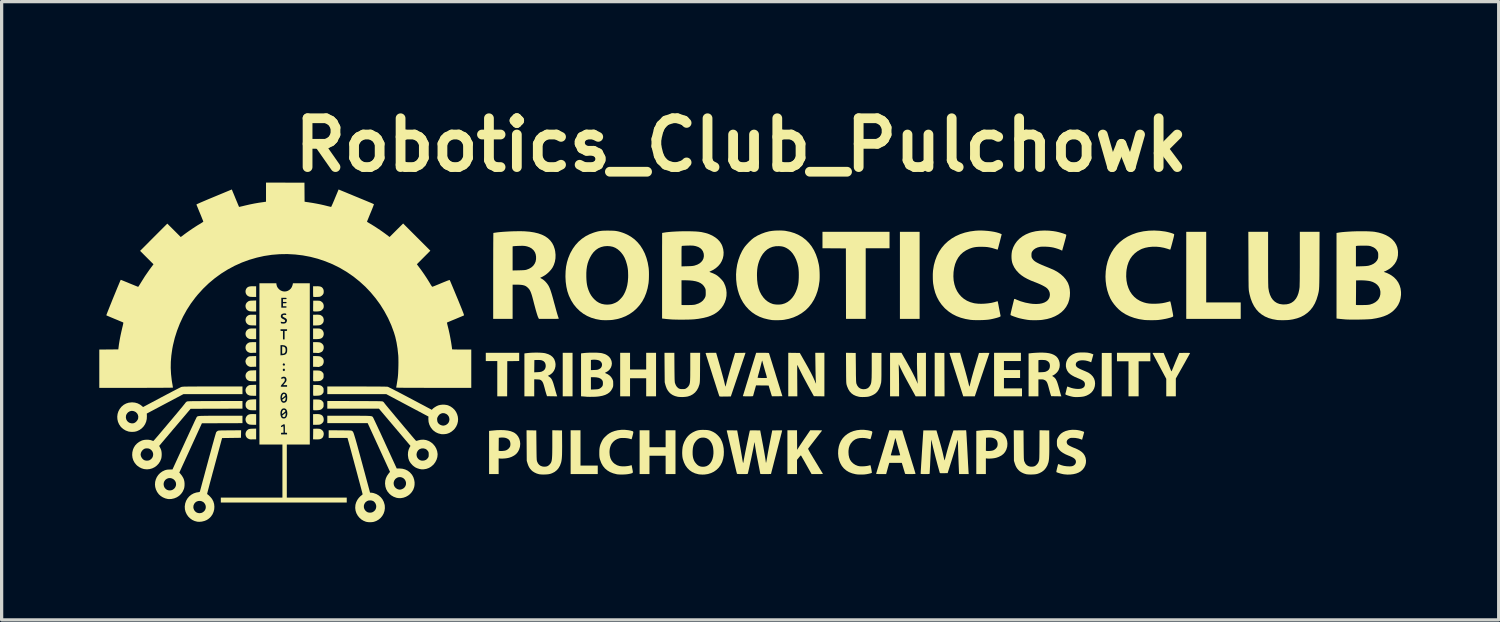
<source format=kicad_pcb>
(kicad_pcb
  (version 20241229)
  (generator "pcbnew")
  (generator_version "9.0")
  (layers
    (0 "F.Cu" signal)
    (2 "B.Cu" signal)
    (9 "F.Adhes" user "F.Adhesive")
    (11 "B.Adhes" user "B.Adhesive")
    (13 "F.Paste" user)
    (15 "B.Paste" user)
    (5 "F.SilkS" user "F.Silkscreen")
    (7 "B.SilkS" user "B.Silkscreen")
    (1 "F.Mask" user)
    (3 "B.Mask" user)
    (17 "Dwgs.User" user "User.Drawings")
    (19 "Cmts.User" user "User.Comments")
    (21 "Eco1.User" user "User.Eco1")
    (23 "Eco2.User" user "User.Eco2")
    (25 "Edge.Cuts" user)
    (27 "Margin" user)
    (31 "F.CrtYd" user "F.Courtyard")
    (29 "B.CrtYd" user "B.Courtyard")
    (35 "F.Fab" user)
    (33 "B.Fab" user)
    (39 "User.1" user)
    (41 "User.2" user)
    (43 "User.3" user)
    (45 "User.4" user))
  (footprint "Robotics_Club_Pulchowk"
    (layer "F.Cu")
    (at 19.994 7.779)
    (property "Reference" "Robotics_Club_Pulchowk" (at -0.275 -6.375 0) (layer "F.SilkS") (effects (font (size 1.5 1.5) (thickness 0.3))))
    (attr board_only exclude_from_pos_files exclude_from_bom)
    (fp_poly (pts (xy -5.457 0.677) (xy -5.457 1.345) (xy -5.608 1.345) (xy -5.759 1.345) (xy -5.759 0.677) (xy -5.759 0.008) (xy -5.608 0.008) (xy -5.457 0.008)) (stroke (width 0) (type solid)) (fill yes) (layer "F.SilkS"))
    (fp_poly (pts (xy 5.204 -2.371) (xy 5.204 -1.034) (xy 4.902 -1.034) (xy 4.599 -1.034) (xy 4.599 -2.371) (xy 4.599 -3.708) (xy 4.902 -3.708) (xy 5.204 -3.708)) (stroke (width 0) (type solid)) (fill yes) (layer "F.SilkS"))
    (fp_poly (pts (xy 5.816 0.01) (xy 5.965 0.013) (xy 5.967 0.679) (xy 5.97 1.345) (xy 5.818 1.345) (xy 5.667 1.345) (xy 5.667 0.677) (xy 5.667 0.008)) (stroke (width 0) (type solid)) (fill yes) (layer "F.SilkS"))
    (fp_poly (pts (xy 11.105 0.679) (xy 11.107 1.345) (xy 10.951 1.345) (xy 10.796 1.345) (xy 10.798 0.679) (xy 10.8 0.013) (xy 10.951 0.013) (xy 11.103 0.013)) (stroke (width 0) (type solid)) (fill yes) (layer "F.SilkS"))
    (fp_poly (pts (xy -5.213 2.93) (xy -5.213 3.472) (xy -4.948 3.472) (xy -4.683 3.472) (xy -4.683 3.603) (xy -4.683 3.733) (xy -5.099 3.733) (xy -5.516 3.733) (xy -5.516 3.06) (xy -5.516 2.388) (xy -5.364 2.388) (xy -5.213 2.388)) (stroke (width 0) (type solid)) (fill yes) (layer "F.SilkS"))
    (fp_poly (pts (xy 14.007 -2.623) (xy 14.007 -1.539) (xy 14.537 -1.539) (xy 15.067 -1.539) (xy 15.067 -1.286) (xy 15.067 -1.034) (xy 14.23 -1.034) (xy 13.394 -1.034) (xy 13.394 -2.371) (xy 13.394 -3.708) (xy 13.701 -3.708) (xy 14.007 -3.708)) (stroke (width 0) (type solid)) (fill yes) (layer "F.SilkS"))
    (fp_poly (pts (xy -14.342 -0.182) (xy -14.309 -0.171) (xy -14.287 -0.151) (xy -14.274 -0.118) (xy -14.272 -0.105) (xy -14.27 -0.057) (xy -14.278 -0.017) (xy -14.297 0.012) (xy -14.323 0.03) (xy -14.348 0.034) (xy -14.377 0.034) (xy -14.377 -0.077) (xy -14.377 -0.187)) (stroke (width 0) (type solid)) (fill yes) (layer "F.SilkS"))
    (fp_poly (pts (xy -7.096 0.134) (xy -7.096 0.26) (xy -7.279 0.263) (xy -7.462 0.265) (xy -7.464 0.805) (xy -7.466 1.345) (xy -7.618 1.345) (xy -7.769 1.345) (xy -7.769 0.803) (xy -7.769 0.261) (xy -7.945 0.261) (xy -8.122 0.261) (xy -8.122 0.135) (xy -8.122 0.008) (xy -7.609 0.008) (xy -7.096 0.008)) (stroke (width 0) (type solid)) (fill yes) (layer "F.SilkS"))
    (fp_poly (pts (xy 4.28 -3.456) (xy 4.28 -3.203) (xy 3.914 -3.203) (xy 3.548 -3.203) (xy 3.548 -2.119) (xy 3.548 -1.034) (xy 3.245 -1.034) (xy 2.943 -1.034) (xy 2.941 -2.117) (xy 2.939 -3.199) (xy 2.579 -3.201) (xy 2.22 -3.204) (xy 2.22 -3.456) (xy 2.22 -3.708) (xy 3.25 -3.708) (xy 4.28 -3.708)) (stroke (width 0) (type solid)) (fill yes) (layer "F.SilkS"))
    (fp_poly (pts (xy 12.292 0.139) (xy 12.292 0.269) (xy 12.111 0.269) (xy 11.931 0.269) (xy 11.931 0.807) (xy 11.931 1.345) (xy 11.775 1.345) (xy 11.62 1.345) (xy 11.62 0.807) (xy 11.62 0.269) (xy 11.443 0.269) (xy 11.266 0.269) (xy 11.266 0.139) (xy 11.266 0.008) (xy 11.779 0.008) (xy 12.292 0.008)) (stroke (width 0) (type solid)) (fill yes) (layer "F.SilkS"))
    (fp_poly (pts (xy -14.309 1.761) (xy -14.29 1.773) (xy -14.28 1.786) (xy -14.279 1.799) (xy -14.287 1.812) (xy -14.307 1.831) (xy -14.323 1.845) (xy -14.352 1.868) (xy -14.371 1.879) (xy -14.381 1.881) (xy -14.385 1.874) (xy -14.386 1.864) (xy -14.382 1.836) (xy -14.374 1.805) (xy -14.362 1.78) (xy -14.355 1.77) (xy -14.333 1.759)) (stroke (width 0) (type solid)) (fill yes) (layer "F.SilkS"))
    (fp_poly (pts (xy -14.294 1.281) (xy -14.293 1.283) (xy -14.28 1.299) (xy -14.279 1.315) (xy -14.292 1.333) (xy -14.319 1.357) (xy -14.32 1.358) (xy -14.351 1.382) (xy -14.371 1.396) (xy -14.382 1.4) (xy -14.386 1.394) (xy -14.385 1.378) (xy -14.383 1.361) (xy -14.374 1.322) (xy -14.359 1.293) (xy -14.339 1.275) (xy -14.317 1.271)) (stroke (width 0) (type solid)) (fill yes) (layer "F.SilkS"))
    (fp_poly (pts (xy -14.268 1.865) (xy -14.268 1.884) (xy -14.27 1.908) (xy -14.276 1.934) (xy -14.282 1.956) (xy -14.289 1.967) (xy -14.312 1.982) (xy -14.337 1.983) (xy -14.36 1.97) (xy -14.366 1.963) (xy -14.374 1.945) (xy -14.372 1.935) (xy -14.341 1.909) (xy -14.313 1.887) (xy -14.29 1.869) (xy -14.275 1.86) (xy -14.272 1.858)) (stroke (width 0) (type solid)) (fill yes) (layer "F.SilkS"))
    (fp_poly (pts (xy -14.268 1.383) (xy -14.268 1.4) (xy -14.27 1.415) (xy -14.278 1.457) (xy -14.293 1.483) (xy -14.317 1.496) (xy -14.328 1.497) (xy -14.353 1.489) (xy -14.366 1.475) (xy -14.375 1.46) (xy -14.376 1.452) (xy -14.376 1.452) (xy -14.369 1.446) (xy -14.352 1.432) (xy -14.331 1.416) (xy -14.301 1.392) (xy -14.282 1.378) (xy -14.272 1.375)) (stroke (width 0) (type solid)) (fill yes) (layer "F.SilkS"))
    (fp_poly (pts (xy -15.258 1.89) (xy -15.176 1.893) (xy -15.176 2.056) (xy -15.176 2.22) (xy -15.271 2.219) (xy -15.321 2.218) (xy -15.363 2.214) (xy -15.393 2.209) (xy -15.398 2.207) (xy -15.441 2.184) (xy -15.473 2.15) (xy -15.494 2.109) (xy -15.503 2.064) (xy -15.499 2.018) (xy -15.481 1.974) (xy -15.453 1.938) (xy -15.426 1.916) (xy -15.394 1.901) (xy -15.354 1.893) (xy -15.302 1.89)) (stroke (width 0) (type solid)) (fill yes) (layer "F.SilkS"))
    (fp_poly (pts (xy -15.245 -2.036) (xy -15.176 -2.035) (xy -15.176 -1.871) (xy -15.176 -1.707) (xy -15.266 -1.708) (xy -15.307 -1.709) (xy -15.345 -1.711) (xy -15.374 -1.714) (xy -15.386 -1.717) (xy -15.431 -1.737) (xy -15.466 -1.769) (xy -15.49 -1.809) (xy -15.502 -1.855) (xy -15.501 -1.902) (xy -15.486 -1.948) (xy -15.475 -1.967) (xy -15.453 -1.993) (xy -15.428 -2.012) (xy -15.397 -2.025) (xy -15.357 -2.033) (xy -15.305 -2.037)) (stroke (width 0) (type solid)) (fill yes) (layer "F.SilkS"))
    (fp_poly (pts (xy -13.279 -0.739) (xy -13.246 -0.738) (xy -13.221 -0.735) (xy -13.202 -0.729) (xy -13.186 -0.722) (xy -13.147 -0.695) (xy -13.12 -0.657) (xy -13.103 -0.612) (xy -13.099 -0.564) (xy -13.109 -0.517) (xy -13.115 -0.502) (xy -13.135 -0.469) (xy -13.16 -0.445) (xy -13.193 -0.428) (xy -13.235 -0.418) (xy -13.29 -0.413) (xy -13.332 -0.412) (xy -13.427 -0.412) (xy -13.427 -0.576) (xy -13.427 -0.74) (xy -13.325 -0.74)) (stroke (width 0) (type solid)) (fill yes) (layer "F.SilkS"))
    (fp_poly (pts (xy -15.176 -0.576) (xy -15.176 -0.412) (xy -15.275 -0.412) (xy -15.322 -0.413) (xy -15.357 -0.415) (xy -15.383 -0.419) (xy -15.403 -0.426) (xy -15.407 -0.428) (xy -15.45 -0.456) (xy -15.48 -0.492) (xy -15.498 -0.533) (xy -15.503 -0.578) (xy -15.496 -0.622) (xy -15.478 -0.663) (xy -15.447 -0.699) (xy -15.404 -0.726) (xy -15.401 -0.727) (xy -15.377 -0.734) (xy -15.341 -0.738) (xy -15.293 -0.74) (xy -15.273 -0.74) (xy -15.176 -0.74)) (stroke (width 0) (type solid)) (fill yes) (layer "F.SilkS"))
    (fp_poly (pts (xy -15.176 1.159) (xy -15.176 1.328) (xy -15.266 1.328) (xy -15.316 1.327) (xy -15.358 1.323) (xy -15.387 1.317) (xy -15.39 1.316) (xy -15.433 1.296) (xy -15.464 1.268) (xy -15.485 1.236) (xy -15.501 1.188) (xy -15.503 1.139) (xy -15.489 1.093) (xy -15.461 1.052) (xy -15.425 1.022) (xy -15.407 1.011) (xy -15.39 1.004) (xy -15.371 0.999) (xy -15.346 0.997) (xy -15.31 0.995) (xy -15.28 0.994) (xy -15.176 0.99)) (stroke (width 0) (type solid)) (fill yes) (layer "F.SilkS"))
    (fp_poly (pts (xy -13.274 1.89) (xy -13.22 1.897) (xy -13.179 1.912) (xy -13.146 1.934) (xy -13.122 1.966) (xy -13.116 1.976) (xy -13.104 2.014) (xy -13.1 2.058) (xy -13.104 2.1) (xy -13.108 2.116) (xy -13.129 2.151) (xy -13.162 2.183) (xy -13.196 2.204) (xy -13.216 2.211) (xy -13.239 2.216) (xy -13.271 2.218) (xy -13.315 2.219) (xy -13.328 2.219) (xy -13.427 2.22) (xy -13.427 2.056) (xy -13.427 1.893) (xy -13.341 1.89)) (stroke (width 0) (type solid)) (fill yes) (layer "F.SilkS"))
    (fp_poly (pts (xy -15.274 -1.162) (xy -15.25 -1.162) (xy -15.176 -1.16) (xy -15.176 -0.996) (xy -15.176 -0.832) (xy -15.266 -0.833) (xy -15.307 -0.834) (xy -15.345 -0.837) (xy -15.374 -0.84) (xy -15.386 -0.842) (xy -15.432 -0.864) (xy -15.468 -0.899) (xy -15.487 -0.93) (xy -15.501 -0.976) (xy -15.501 -1.024) (xy -15.488 -1.069) (xy -15.462 -1.108) (xy -15.426 -1.138) (xy -15.417 -1.143) (xy -15.396 -1.151) (xy -15.376 -1.157) (xy -15.351 -1.161) (xy -15.318 -1.162)) (stroke (width 0) (type solid)) (fill yes) (layer "F.SilkS"))
    (fp_poly (pts (xy -15.176 -1.43) (xy -15.176 -1.261) (xy -15.266 -1.262) (xy -15.307 -1.263) (xy -15.345 -1.265) (xy -15.374 -1.269) (xy -15.386 -1.271) (xy -15.431 -1.292) (xy -15.466 -1.322) (xy -15.489 -1.361) (xy -15.501 -1.404) (xy -15.502 -1.449) (xy -15.49 -1.493) (xy -15.465 -1.533) (xy -15.428 -1.565) (xy -15.425 -1.568) (xy -15.407 -1.578) (xy -15.39 -1.585) (xy -15.371 -1.59) (xy -15.346 -1.593) (xy -15.31 -1.595) (xy -15.28 -1.596) (xy -15.176 -1.6)) (stroke (width 0) (type solid)) (fill yes) (layer "F.SilkS"))
    (fp_poly (pts (xy -15.176 0.714) (xy -15.176 0.883) (xy -15.266 0.882) (xy -15.307 0.881) (xy -15.345 0.879) (xy -15.374 0.875) (xy -15.386 0.873) (xy -15.431 0.852) (xy -15.466 0.822) (xy -15.489 0.783) (xy -15.501 0.74) (xy -15.502 0.695) (xy -15.49 0.651) (xy -15.465 0.611) (xy -15.428 0.579) (xy -15.425 0.576) (xy -15.407 0.566) (xy -15.39 0.559) (xy -15.371 0.554) (xy -15.346 0.551) (xy -15.31 0.549) (xy -15.28 0.548) (xy -15.176 0.544)) (stroke (width 0) (type solid)) (fill yes) (layer "F.SilkS"))
    (fp_poly (pts (xy -13.262 -1.162) (xy -13.233 -1.159) (xy -13.211 -1.155) (xy -13.192 -1.147) (xy -13.185 -1.144) (xy -13.143 -1.114) (xy -13.115 -1.075) (xy -13.101 -1.026) (xy -13.099 -1.001) (xy -13.105 -0.951) (xy -13.122 -0.911) (xy -13.153 -0.877) (xy -13.177 -0.859) (xy -13.203 -0.846) (xy -13.236 -0.838) (xy -13.278 -0.834) (xy -13.332 -0.832) (xy -13.337 -0.832) (xy -13.427 -0.832) (xy -13.427 -0.996) (xy -13.427 -1.16) (xy -13.354 -1.162) (xy -13.301 -1.163)) (stroke (width 0) (type solid)) (fill yes) (layer "F.SilkS"))
    (fp_poly (pts (xy -13.258 2.341) (xy -13.228 2.344) (xy -13.217 2.346) (xy -13.181 2.362) (xy -13.146 2.388) (xy -13.12 2.419) (xy -13.111 2.436) (xy -13.1 2.478) (xy -13.101 2.524) (xy -13.112 2.569) (xy -13.131 2.607) (xy -13.147 2.624) (xy -13.173 2.644) (xy -13.203 2.657) (xy -13.239 2.665) (xy -13.285 2.668) (xy -13.344 2.668) (xy -13.354 2.668) (xy -13.428 2.665) (xy -13.425 2.503) (xy -13.423 2.342) (xy -13.337 2.339) (xy -13.296 2.339)) (stroke (width 0) (type solid)) (fill yes) (layer "F.SilkS"))
    (fp_poly (pts (xy -15.176 2.5) (xy -15.176 2.665) (xy -15.234 2.665) (xy -15.267 2.666) (xy -15.298 2.667) (xy -15.316 2.669) (xy -15.339 2.669) (xy -15.368 2.665) (xy -15.378 2.663) (xy -15.428 2.642) (xy -15.464 2.612) (xy -15.487 2.576) (xy -15.502 2.529) (xy -15.501 2.48) (xy -15.487 2.434) (xy -15.46 2.393) (xy -15.421 2.362) (xy -15.416 2.359) (xy -15.398 2.351) (xy -15.376 2.346) (xy -15.348 2.342) (xy -15.309 2.34) (xy -15.279 2.339) (xy -15.176 2.336)) (stroke (width 0) (type solid)) (fill yes) (layer "F.SilkS"))
    (fp_poly (pts (xy -3.691 0.265) (xy -3.691 0.521) (xy -3.443 0.521) (xy -3.195 0.521) (xy -3.195 0.265) (xy -3.195 0.008) (xy -3.044 0.008) (xy -2.892 0.008) (xy -2.892 0.677) (xy -2.892 1.345) (xy -3.044 1.345) (xy -3.195 1.345) (xy -3.195 1.068) (xy -3.195 0.79) (xy -3.443 0.79) (xy -3.691 0.79) (xy -3.691 1.068) (xy -3.691 1.345) (xy -3.842 1.345) (xy -3.994 1.345) (xy -3.994 0.677) (xy -3.994 0.008) (xy -3.842 0.008) (xy -3.691 0.008)) (stroke (width 0) (type solid)) (fill yes) (layer "F.SilkS"))
    (fp_poly (pts (xy -3.094 2.648) (xy -3.094 2.909) (xy -2.846 2.909) (xy -2.598 2.909) (xy -2.598 2.648) (xy -2.598 2.388) (xy -2.447 2.388) (xy -2.295 2.388) (xy -2.295 3.06) (xy -2.295 3.733) (xy -2.447 3.733) (xy -2.598 3.733) (xy -2.598 3.451) (xy -2.598 3.17) (xy -2.846 3.17) (xy -3.094 3.17) (xy -3.094 3.451) (xy -3.094 3.733) (xy -3.245 3.733) (xy -3.397 3.733) (xy -3.397 3.06) (xy -3.397 2.388) (xy -3.245 2.388) (xy -3.094 2.388)) (stroke (width 0) (type solid)) (fill yes) (layer "F.SilkS"))
    (fp_poly (pts (xy 8.315 0.135) (xy 8.315 0.261) (xy 8.055 0.261) (xy 7.794 0.261) (xy 7.794 0.399) (xy 7.794 0.538) (xy 8.042 0.538) (xy 8.29 0.538) (xy 8.29 0.66) (xy 8.29 0.782) (xy 8.042 0.782) (xy 7.794 0.782) (xy 7.794 0.942) (xy 7.794 1.101) (xy 8.072 1.101) (xy 8.349 1.101) (xy 8.349 1.223) (xy 8.349 1.345) (xy 7.92 1.345) (xy 7.491 1.345) (xy 7.491 0.677) (xy 7.491 0.008) (xy 7.903 0.008) (xy 8.315 0.008)) (stroke (width 0) (type solid)) (fill yes) (layer "F.SilkS"))
    (fp_poly (pts (xy -15.176 -0.156) (xy -15.176 0.008) (xy -15.241 0.009) (xy -15.275 0.009) (xy -15.304 0.01) (xy -15.322 0.012) (xy -15.323 0.012) (xy -15.341 0.012) (xy -15.367 0.008) (xy -15.38 0.005) (xy -15.427 -0.015) (xy -15.463 -0.045) (xy -15.488 -0.083) (xy -15.501 -0.124) (xy -15.502 -0.168) (xy -15.493 -0.211) (xy -15.471 -0.25) (xy -15.438 -0.283) (xy -15.394 -0.308) (xy -15.387 -0.31) (xy -15.367 -0.314) (xy -15.335 -0.317) (xy -15.296 -0.319) (xy -15.267 -0.319) (xy -15.176 -0.319)) (stroke (width 0) (type solid)) (fill yes) (layer "F.SilkS"))
    (fp_poly (pts (xy -15.176 1.605) (xy -15.176 1.774) (xy -15.262 1.773) (xy -15.302 1.772) (xy -15.337 1.77) (xy -15.364 1.768) (xy -15.374 1.766) (xy -15.424 1.746) (xy -15.463 1.714) (xy -15.477 1.697) (xy -15.49 1.673) (xy -15.497 1.651) (xy -15.5 1.621) (xy -15.5 1.606) (xy -15.499 1.572) (xy -15.494 1.547) (xy -15.483 1.525) (xy -15.477 1.515) (xy -15.455 1.488) (xy -15.431 1.468) (xy -15.4 1.454) (xy -15.36 1.446) (xy -15.307 1.441) (xy -15.279 1.439) (xy -15.176 1.436)) (stroke (width 0) (type solid)) (fill yes) (layer "F.SilkS"))
    (fp_poly (pts (xy -15.176 0.272) (xy -15.176 0.437) (xy -15.241 0.437) (xy -15.275 0.438) (xy -15.304 0.439) (xy -15.322 0.441) (xy -15.323 0.441) (xy -15.341 0.441) (xy -15.367 0.437) (xy -15.381 0.434) (xy -15.427 0.413) (xy -15.464 0.379) (xy -15.49 0.336) (xy -15.503 0.286) (xy -15.504 0.268) (xy -15.497 0.229) (xy -15.477 0.189) (xy -15.448 0.154) (xy -15.43 0.139) (xy -15.414 0.128) (xy -15.4 0.121) (xy -15.383 0.117) (xy -15.361 0.114) (xy -15.329 0.112) (xy -15.285 0.111) (xy -15.176 0.108)) (stroke (width 0) (type solid)) (fill yes) (layer "F.SilkS"))
    (fp_poly (pts (xy -13.337 -0.319) (xy -13.296 -0.319) (xy -13.258 -0.316) (xy -13.228 -0.313) (xy -13.215 -0.311) (xy -13.18 -0.295) (xy -13.146 -0.269) (xy -13.12 -0.238) (xy -13.111 -0.221) (xy -13.1 -0.177) (xy -13.101 -0.129) (xy -13.114 -0.084) (xy -13.136 -0.045) (xy -13.155 -0.026) (xy -13.172 -0.016) (xy -13.197 -0.004) (xy -13.225 0.006) (xy -13.249 0.013) (xy -13.265 0.015) (xy -13.267 0.015) (xy -13.277 0.014) (xy -13.3 0.013) (xy -13.331 0.011) (xy -13.35 0.011) (xy -13.427 0.008) (xy -13.427 -0.156) (xy -13.427 -0.319)) (stroke (width 0) (type solid)) (fill yes) (layer "F.SilkS"))
    (fp_poly (pts (xy -13.337 0.109) (xy -13.296 0.11) (xy -13.258 0.112) (xy -13.228 0.116) (xy -13.215 0.118) (xy -13.18 0.134) (xy -13.146 0.16) (xy -13.12 0.191) (xy -13.111 0.208) (xy -13.1 0.252) (xy -13.101 0.3) (xy -13.114 0.345) (xy -13.136 0.384) (xy -13.155 0.403) (xy -13.172 0.413) (xy -13.197 0.424) (xy -13.225 0.435) (xy -13.249 0.442) (xy -13.265 0.444) (xy -13.267 0.444) (xy -13.277 0.443) (xy -13.3 0.441) (xy -13.331 0.44) (xy -13.35 0.439) (xy -13.427 0.437) (xy -13.427 0.273) (xy -13.427 0.109)) (stroke (width 0) (type solid)) (fill yes) (layer "F.SilkS"))
    (fp_poly (pts (xy -13.322 -1.593) (xy -13.277 -1.593) (xy -13.244 -1.591) (xy -13.22 -1.588) (xy -13.202 -1.582) (xy -13.188 -1.576) (xy -13.146 -1.545) (xy -13.116 -1.505) (xy -13.101 -1.456) (xy -13.1 -1.401) (xy -13.103 -1.383) (xy -13.117 -1.347) (xy -13.145 -1.314) (xy -13.18 -1.287) (xy -13.211 -1.274) (xy -13.239 -1.268) (xy -13.274 -1.264) (xy -13.312 -1.261) (xy -13.35 -1.261) (xy -13.383 -1.262) (xy -13.409 -1.265) (xy -13.422 -1.27) (xy -13.424 -1.272) (xy -13.425 -1.283) (xy -13.426 -1.309) (xy -13.426 -1.345) (xy -13.426 -1.39) (xy -13.425 -1.438) (xy -13.423 -1.593)) (stroke (width 0) (type solid)) (fill yes) (layer "F.SilkS"))
    (fp_poly (pts (xy -13.237 -2.033) (xy -13.197 -2.025) (xy -13.167 -2.011) (xy -13.142 -1.99) (xy -13.122 -1.962) (xy -13.113 -1.945) (xy -13.103 -1.912) (xy -13.1 -1.872) (xy -13.103 -1.832) (xy -13.111 -1.805) (xy -13.131 -1.774) (xy -13.161 -1.745) (xy -13.196 -1.723) (xy -13.215 -1.716) (xy -13.235 -1.712) (xy -13.265 -1.71) (xy -13.301 -1.708) (xy -13.339 -1.707) (xy -13.373 -1.707) (xy -13.401 -1.708) (xy -13.419 -1.711) (xy -13.422 -1.712) (xy -13.423 -1.722) (xy -13.425 -1.746) (xy -13.426 -1.781) (xy -13.427 -1.825) (xy -13.427 -1.875) (xy -13.427 -1.876) (xy -13.427 -2.035) (xy -13.354 -2.036) (xy -13.288 -2.037)) (stroke (width 0) (type solid)) (fill yes) (layer "F.SilkS"))
    (fp_poly (pts (xy -13.322 0.551) (xy -13.266 0.552) (xy -13.224 0.557) (xy -13.191 0.566) (xy -13.164 0.582) (xy -13.141 0.604) (xy -13.129 0.617) (xy -13.116 0.635) (xy -13.108 0.651) (xy -13.105 0.671) (xy -13.104 0.701) (xy -13.104 0.715) (xy -13.104 0.749) (xy -13.107 0.772) (xy -13.113 0.789) (xy -13.124 0.806) (xy -13.129 0.813) (xy -13.153 0.838) (xy -13.178 0.857) (xy -13.209 0.869) (xy -13.248 0.877) (xy -13.3 0.881) (xy -13.32 0.881) (xy -13.364 0.882) (xy -13.394 0.882) (xy -13.412 0.88) (xy -13.421 0.876) (xy -13.423 0.873) (xy -13.424 0.861) (xy -13.425 0.835) (xy -13.426 0.799) (xy -13.426 0.754) (xy -13.425 0.706) (xy -13.423 0.551)) (stroke (width 0) (type solid)) (fill yes) (layer "F.SilkS"))
    (fp_poly (pts (xy -13.267 0.998) (xy -13.224 1.002) (xy -13.191 1.012) (xy -13.165 1.027) (xy -13.141 1.049) (xy -13.129 1.063) (xy -13.116 1.08) (xy -13.108 1.097) (xy -13.105 1.117) (xy -13.104 1.146) (xy -13.104 1.16) (xy -13.104 1.195) (xy -13.107 1.218) (xy -13.113 1.235) (xy -13.124 1.251) (xy -13.129 1.258) (xy -13.153 1.284) (xy -13.178 1.302) (xy -13.209 1.315) (xy -13.248 1.322) (xy -13.3 1.326) (xy -13.32 1.327) (xy -13.364 1.328) (xy -13.394 1.328) (xy -13.412 1.326) (xy -13.421 1.322) (xy -13.423 1.319) (xy -13.424 1.307) (xy -13.425 1.281) (xy -13.426 1.244) (xy -13.426 1.199) (xy -13.425 1.152) (xy -13.423 0.996) (xy -13.322 0.996)) (stroke (width 0) (type solid)) (fill yes) (layer "F.SilkS"))
    (fp_poly (pts (xy -13.266 1.443) (xy -13.224 1.448) (xy -13.191 1.457) (xy -13.164 1.472) (xy -13.141 1.494) (xy -13.129 1.508) (xy -13.116 1.526) (xy -13.108 1.542) (xy -13.105 1.562) (xy -13.104 1.592) (xy -13.104 1.606) (xy -13.104 1.64) (xy -13.107 1.663) (xy -13.113 1.68) (xy -13.124 1.696) (xy -13.129 1.703) (xy -13.153 1.729) (xy -13.179 1.748) (xy -13.21 1.76) (xy -13.249 1.768) (xy -13.301 1.772) (xy -13.32 1.773) (xy -13.364 1.774) (xy -13.394 1.773) (xy -13.412 1.771) (xy -13.421 1.767) (xy -13.423 1.764) (xy -13.424 1.752) (xy -13.425 1.727) (xy -13.426 1.69) (xy -13.426 1.645) (xy -13.425 1.597) (xy -13.423 1.442) (xy -13.322 1.442)) (stroke (width 0) (type solid)) (fill yes) (layer "F.SilkS"))
    (fp_poly (pts (xy 5.398 0.677) (xy 5.398 1.345) (xy 5.24 1.345) (xy 5.082 1.345) (xy 4.923 1.058) (xy 4.856 0.936) (xy 4.794 0.823) (xy 4.739 0.719) (xy 4.69 0.625) (xy 4.649 0.542) (xy 4.615 0.472) (xy 4.592 0.421) (xy 4.58 0.393) (xy 4.569 0.372) (xy 4.564 0.363) (xy 4.563 0.362) (xy 4.562 0.371) (xy 4.563 0.395) (xy 4.563 0.43) (xy 4.564 0.474) (xy 4.566 0.525) (xy 4.566 0.542) (xy 4.568 0.594) (xy 4.569 0.659) (xy 4.57 0.734) (xy 4.571 0.815) (xy 4.572 0.899) (xy 4.573 0.982) (xy 4.573 1.032) (xy 4.574 1.345) (xy 4.435 1.345) (xy 4.296 1.345) (xy 4.296 0.677) (xy 4.296 0.008) (xy 4.471 0.008) (xy 4.646 0.008) (xy 4.812 0.301) (xy 4.876 0.416) (xy 4.933 0.519) (xy 4.982 0.611) (xy 5.024 0.694) (xy 5.062 0.77) (xy 5.094 0.84) (xy 5.118 0.895) (xy 5.146 0.963) (xy 5.142 0.904) (xy 5.138 0.845) (xy 5.135 0.772) (xy 5.132 0.69) (xy 5.129 0.603) (xy 5.126 0.512) (xy 5.124 0.424) (xy 5.122 0.34) (xy 5.122 0.265) (xy 5.122 0.202) (xy 5.122 0.193) (xy 5.125 0.013) (xy 5.261 0.01) (xy 5.398 0.008)) (stroke (width 0) (type solid)) (fill yes) (layer "F.SilkS"))
    (fp_poly (pts (xy -7.545 2.385) (xy -7.443 2.397) (xy -7.355 2.417) (xy -7.28 2.446) (xy -7.23 2.473) (xy -7.173 2.522) (xy -7.127 2.581) (xy -7.093 2.649) (xy -7.072 2.723) (xy -7.064 2.802) (xy -7.071 2.884) (xy -7.074 2.901) (xy -7.099 2.982) (xy -7.136 3.052) (xy -7.186 3.113) (xy -7.25 3.163) (xy -7.326 3.203) (xy -7.392 3.227) (xy -7.444 3.24) (xy -7.505 3.25) (xy -7.569 3.256) (xy -7.629 3.258) (xy -7.671 3.257) (xy -7.727 3.251) (xy -7.727 3.492) (xy -7.727 3.733) (xy -7.874 3.733) (xy -8.021 3.733) (xy -8.021 3.07) (xy -8.021 3.017) (xy -7.727 3.017) (xy -7.708 3.021) (xy -7.676 3.025) (xy -7.633 3.025) (xy -7.587 3.021) (xy -7.542 3.015) (xy -7.506 3.006) (xy -7.493 3.001) (xy -7.453 2.978) (xy -7.416 2.946) (xy -7.388 2.909) (xy -7.374 2.88) (xy -7.366 2.838) (xy -7.366 2.791) (xy -7.374 2.745) (xy -7.389 2.707) (xy -7.393 2.701) (xy -7.427 2.663) (xy -7.474 2.636) (xy -7.531 2.617) (xy -7.597 2.61) (xy -7.664 2.612) (xy -7.723 2.619) (xy -7.725 2.818) (xy -7.727 3.017) (xy -8.021 3.017) (xy -8.021 2.407) (xy -7.935 2.398) (xy -7.791 2.385) (xy -7.661 2.381)) (stroke (width 0) (type solid)) (fill yes) (layer "F.SilkS"))
    (fp_poly (pts (xy 7.421 2.385) (xy 7.523 2.397) (xy 7.611 2.417) (xy 7.687 2.446) (xy 7.734 2.471) (xy 7.79 2.518) (xy 7.836 2.575) (xy 7.87 2.642) (xy 7.892 2.716) (xy 7.901 2.794) (xy 7.896 2.874) (xy 7.892 2.901) (xy 7.867 2.982) (xy 7.83 3.052) (xy 7.78 3.113) (xy 7.716 3.163) (xy 7.639 3.203) (xy 7.574 3.227) (xy 7.522 3.24) (xy 7.461 3.25) (xy 7.397 3.256) (xy 7.337 3.258) (xy 7.295 3.257) (xy 7.239 3.251) (xy 7.239 3.492) (xy 7.239 3.733) (xy 7.092 3.733) (xy 6.945 3.733) (xy 6.945 3.07) (xy 6.945 3.017) (xy 7.239 3.017) (xy 7.258 3.021) (xy 7.29 3.025) (xy 7.332 3.025) (xy 7.379 3.021) (xy 7.423 3.015) (xy 7.46 3.006) (xy 7.473 3.001) (xy 7.513 2.978) (xy 7.55 2.946) (xy 7.578 2.909) (xy 7.592 2.88) (xy 7.6 2.838) (xy 7.6 2.791) (xy 7.592 2.745) (xy 7.577 2.707) (xy 7.573 2.701) (xy 7.539 2.663) (xy 7.492 2.636) (xy 7.435 2.617) (xy 7.369 2.61) (xy 7.302 2.612) (xy 7.243 2.619) (xy 7.241 2.818) (xy 7.239 3.017) (xy 6.945 3.017) (xy 6.945 2.407) (xy 7.031 2.398) (xy 7.175 2.385) (xy 7.305 2.381)) (stroke (width 0) (type solid)) (fill yes) (layer "F.SilkS"))
    (fp_poly (pts (xy 1.347 0.01) (xy 1.524 0.013) (xy 1.67 0.269) (xy 1.73 0.375) (xy 1.783 0.469) (xy 1.828 0.553) (xy 1.868 0.628) (xy 1.903 0.698) (xy 1.935 0.763) (xy 1.964 0.827) (xy 1.976 0.855) (xy 1.993 0.893) (xy 2.007 0.924) (xy 2.017 0.946) (xy 2.023 0.956) (xy 2.023 0.956) (xy 2.023 0.947) (xy 2.022 0.926) (xy 2.019 0.895) (xy 2.017 0.878) (xy 2.015 0.854) (xy 2.013 0.816) (xy 2.011 0.764) (xy 2.009 0.702) (xy 2.008 0.632) (xy 2.006 0.555) (xy 2.005 0.474) (xy 2.004 0.406) (xy 1.999 0.008) (xy 2.139 0.008) (xy 2.279 0.008) (xy 2.279 0.677) (xy 2.279 1.346) (xy 2.117 1.343) (xy 1.956 1.341) (xy 1.797 1.055) (xy 1.752 0.973) (xy 1.706 0.887) (xy 1.66 0.801) (xy 1.615 0.716) (xy 1.573 0.634) (xy 1.535 0.558) (xy 1.501 0.49) (xy 1.474 0.433) (xy 1.454 0.388) (xy 1.451 0.384) (xy 1.449 0.384) (xy 1.447 0.39) (xy 1.446 0.403) (xy 1.445 0.425) (xy 1.444 0.455) (xy 1.444 0.496) (xy 1.443 0.549) (xy 1.444 0.614) (xy 1.444 0.693) (xy 1.444 0.787) (xy 1.445 0.853) (xy 1.448 1.345) (xy 1.308 1.345) (xy 1.169 1.345) (xy 1.169 0.677) (xy 1.169 0.008)) (stroke (width 0) (type solid)) (fill yes) (layer "F.SilkS"))
    (fp_poly (pts (xy 13.455 0.01) (xy 13.489 0.012) (xy 13.508 0.014) (xy 13.511 0.016) (xy 13.507 0.025) (xy 13.496 0.047) (xy 13.477 0.081) (xy 13.453 0.125) (xy 13.423 0.178) (xy 13.389 0.239) (xy 13.352 0.307) (xy 13.311 0.379) (xy 13.293 0.411) (xy 13.074 0.797) (xy 13.074 1.071) (xy 13.074 1.345) (xy 12.927 1.345) (xy 12.78 1.345) (xy 12.78 1.076) (xy 12.78 0.807) (xy 12.57 0.414) (xy 12.53 0.339) (xy 12.492 0.269) (xy 12.458 0.204) (xy 12.427 0.147) (xy 12.402 0.098) (xy 12.381 0.059) (xy 12.367 0.032) (xy 12.36 0.017) (xy 12.359 0.015) (xy 12.367 0.013) (xy 12.39 0.011) (xy 12.424 0.01) (xy 12.467 0.01) (xy 12.517 0.01) (xy 12.529 0.01) (xy 12.7 0.013) (xy 12.769 0.177) (xy 12.797 0.241) (xy 12.824 0.307) (xy 12.852 0.372) (xy 12.877 0.433) (xy 12.899 0.488) (xy 12.918 0.533) (xy 12.931 0.566) (xy 12.932 0.569) (xy 12.935 0.576) (xy 12.939 0.576) (xy 12.945 0.569) (xy 12.954 0.553) (xy 12.965 0.527) (xy 12.981 0.489) (xy 13.003 0.437) (xy 13.006 0.428) (xy 13.031 0.368) (xy 13.057 0.303) (xy 13.084 0.238) (xy 13.109 0.18) (xy 13.126 0.139) (xy 13.18 0.013) (xy 13.345 0.01) (xy 13.407 0.01)) (stroke (width 0) (type solid)) (fill yes) (layer "F.SilkS"))
    (fp_poly (pts (xy -0.369 0.679) (xy -0.595 1.349) (xy -0.768 1.352) (xy -0.826 1.352) (xy -0.87 1.353) (xy -0.901 1.352) (xy -0.922 1.351) (xy -0.936 1.349) (xy -0.943 1.345) (xy -0.947 1.341) (xy -0.95 1.335) (xy -0.954 1.323) (xy -0.963 1.297) (xy -0.976 1.258) (xy -0.992 1.208) (xy -1.012 1.148) (xy -1.034 1.079) (xy -1.058 1.003) (xy -1.084 0.922) (xy -1.111 0.837) (xy -1.14 0.749) (xy -1.168 0.66) (xy -1.196 0.571) (xy -1.224 0.484) (xy -1.251 0.4) (xy -1.276 0.32) (xy -1.299 0.247) (xy -1.32 0.181) (xy -1.338 0.125) (xy -1.352 0.079) (xy -1.363 0.044) (xy -1.369 0.024) (xy -1.37 0.018) (xy -1.364 0.014) (xy -1.343 0.011) (xy -1.307 0.01) (xy -1.256 0.009) (xy -1.208 0.008) (xy -1.046 0.008) (xy -0.939 0.38) (xy -0.903 0.507) (xy -0.872 0.619) (xy -0.845 0.719) (xy -0.821 0.807) (xy -0.801 0.886) (xy -0.784 0.957) (xy -0.769 1.022) (xy -0.768 1.03) (xy -0.765 1.039) (xy -0.762 1.044) (xy -0.759 1.04) (xy -0.754 1.028) (xy -0.747 1.004) (xy -0.737 0.969) (xy -0.725 0.92) (xy -0.717 0.887) (xy -0.704 0.839) (xy -0.688 0.778) (xy -0.668 0.707) (xy -0.646 0.628) (xy -0.623 0.545) (xy -0.598 0.461) (xy -0.574 0.378) (xy -0.569 0.362) (xy -0.465 0.013) (xy -0.304 0.01) (xy -0.143 0.008)) (stroke (width 0) (type solid)) (fill yes) (layer "F.SilkS"))
    (fp_poly (pts (xy 6.548 0.364) (xy 6.581 0.476) (xy 6.609 0.576) (xy 6.633 0.665) (xy 6.656 0.747) (xy 6.676 0.825) (xy 6.695 0.901) (xy 6.714 0.979) (xy 6.724 1.022) (xy 6.727 1.034) (xy 6.73 1.042) (xy 6.733 1.044) (xy 6.736 1.039) (xy 6.741 1.025) (xy 6.748 1) (xy 6.757 0.963) (xy 6.77 0.912) (xy 6.78 0.87) (xy 6.791 0.826) (xy 6.806 0.769) (xy 6.825 0.701) (xy 6.846 0.626) (xy 6.869 0.546) (xy 6.893 0.463) (xy 6.917 0.382) (xy 6.923 0.362) (xy 7.027 0.013) (xy 7.188 0.01) (xy 7.24 0.01) (xy 7.284 0.01) (xy 7.318 0.011) (xy 7.34 0.013) (xy 7.347 0.015) (xy 7.347 0.016) (xy 7.344 0.024) (xy 7.336 0.048) (xy 7.323 0.085) (xy 7.307 0.135) (xy 7.286 0.196) (xy 7.262 0.267) (xy 7.235 0.346) (xy 7.206 0.433) (xy 7.174 0.527) (xy 7.141 0.626) (xy 7.121 0.684) (xy 6.899 1.345) (xy 6.721 1.345) (xy 6.544 1.345) (xy 6.332 0.683) (xy 6.3 0.582) (xy 6.269 0.485) (xy 6.24 0.393) (xy 6.213 0.309) (xy 6.189 0.233) (xy 6.168 0.167) (xy 6.15 0.11) (xy 6.136 0.066) (xy 6.127 0.035) (xy 6.121 0.018) (xy 6.121 0.015) (xy 6.129 0.013) (xy 6.151 0.011) (xy 6.185 0.01) (xy 6.228 0.009) (xy 6.278 0.008) (xy 6.283 0.008) (xy 6.446 0.008)) (stroke (width 0) (type solid)) (fill yes) (layer "F.SilkS"))
    (fp_poly (pts (xy -6.72 2.39) (xy -6.571 2.392) (xy -6.566 2.846) (xy -6.565 2.947) (xy -6.564 3.032) (xy -6.563 3.103) (xy -6.562 3.162) (xy -6.561 3.209) (xy -6.559 3.247) (xy -6.558 3.277) (xy -6.556 3.3) (xy -6.553 3.318) (xy -6.551 3.331) (xy -6.547 3.343) (xy -6.547 3.344) (xy -6.52 3.403) (xy -6.482 3.449) (xy -6.435 3.482) (xy -6.379 3.501) (xy -6.332 3.506) (xy -6.281 3.504) (xy -6.242 3.496) (xy -6.209 3.48) (xy -6.178 3.456) (xy -6.166 3.444) (xy -6.149 3.425) (xy -6.134 3.406) (xy -6.121 3.386) (xy -6.111 3.363) (xy -6.102 3.335) (xy -6.095 3.302) (xy -6.09 3.262) (xy -6.086 3.213) (xy -6.083 3.155) (xy -6.081 3.085) (xy -6.08 3.002) (xy -6.079 2.906) (xy -6.079 2.794) (xy -6.079 2.793) (xy -6.079 2.387) (xy -5.93 2.39) (xy -5.78 2.392) (xy -5.778 2.762) (xy -5.777 2.876) (xy -5.778 2.975) (xy -5.779 3.06) (xy -5.78 3.133) (xy -5.783 3.195) (xy -5.787 3.248) (xy -5.792 3.293) (xy -5.798 3.331) (xy -5.805 3.365) (xy -5.81 3.384) (xy -5.843 3.474) (xy -5.887 3.551) (xy -5.942 3.615) (xy -6.009 3.668) (xy -6.088 3.708) (xy -6.15 3.729) (xy -6.191 3.737) (xy -6.244 3.743) (xy -6.303 3.746) (xy -6.363 3.747) (xy -6.42 3.745) (xy -6.468 3.74) (xy -6.487 3.737) (xy -6.558 3.716) (xy -6.625 3.685) (xy -6.685 3.647) (xy -6.727 3.609) (xy -6.764 3.565) (xy -6.793 3.52) (xy -6.818 3.468) (xy -6.84 3.405) (xy -6.841 3.401) (xy -6.864 3.325) (xy -6.867 2.856) (xy -6.87 2.387)) (stroke (width 0) (type solid)) (fill yes) (layer "F.SilkS"))
    (fp_poly (pts (xy 8.246 2.39) (xy 8.395 2.392) (xy 8.399 2.846) (xy 8.4 2.945) (xy 8.401 3.029) (xy 8.402 3.098) (xy 8.403 3.156) (xy 8.404 3.202) (xy 8.405 3.239) (xy 8.407 3.268) (xy 8.409 3.291) (xy 8.411 3.308) (xy 8.413 3.322) (xy 8.417 3.334) (xy 8.421 3.345) (xy 8.423 3.35) (xy 8.452 3.41) (xy 8.491 3.455) (xy 8.538 3.486) (xy 8.594 3.503) (xy 8.634 3.506) (xy 8.685 3.504) (xy 8.724 3.496) (xy 8.756 3.481) (xy 8.787 3.456) (xy 8.8 3.443) (xy 8.83 3.409) (xy 8.85 3.375) (xy 8.863 3.341) (xy 8.867 3.328) (xy 8.871 3.315) (xy 8.874 3.301) (xy 8.876 3.285) (xy 8.878 3.264) (xy 8.88 3.238) (xy 8.881 3.204) (xy 8.882 3.162) (xy 8.883 3.11) (xy 8.884 3.046) (xy 8.884 2.969) (xy 8.885 2.877) (xy 8.885 2.835) (xy 8.888 2.387) (xy 9.037 2.39) (xy 9.186 2.392) (xy 9.188 2.762) (xy 9.188 2.878) (xy 9.188 2.978) (xy 9.187 3.065) (xy 9.185 3.139) (xy 9.182 3.202) (xy 9.179 3.256) (xy 9.174 3.301) (xy 9.168 3.339) (xy 9.161 3.372) (xy 9.16 3.376) (xy 9.129 3.465) (xy 9.085 3.543) (xy 9.03 3.609) (xy 8.963 3.663) (xy 8.884 3.705) (xy 8.816 3.729) (xy 8.775 3.737) (xy 8.722 3.743) (xy 8.663 3.746) (xy 8.603 3.747) (xy 8.546 3.745) (xy 8.497 3.74) (xy 8.479 3.737) (xy 8.408 3.716) (xy 8.341 3.685) (xy 8.281 3.647) (xy 8.239 3.609) (xy 8.202 3.565) (xy 8.173 3.52) (xy 8.148 3.468) (xy 8.126 3.405) (xy 8.125 3.401) (xy 8.101 3.325) (xy 8.099 2.856) (xy 8.096 2.387)) (stroke (width 0) (type solid)) (fill yes) (layer "F.SilkS"))
    (fp_poly (pts (xy -2.327 0.452) (xy -2.326 0.553) (xy -2.325 0.639) (xy -2.324 0.711) (xy -2.323 0.771) (xy -2.322 0.819) (xy -2.32 0.857) (xy -2.318 0.886) (xy -2.316 0.909) (xy -2.314 0.925) (xy -2.311 0.937) (xy -2.311 0.937) (xy -2.285 1.003) (xy -2.252 1.054) (xy -2.211 1.092) (xy -2.191 1.104) (xy -2.17 1.113) (xy -2.147 1.119) (xy -2.117 1.122) (xy -2.08 1.122) (xy -2.043 1.122) (xy -2.016 1.12) (xy -1.996 1.115) (xy -1.977 1.106) (xy -1.963 1.097) (xy -1.932 1.074) (xy -1.904 1.045) (xy -1.895 1.032) (xy -1.884 1.015) (xy -1.874 0.998) (xy -1.866 0.979) (xy -1.86 0.958) (xy -1.854 0.933) (xy -1.85 0.902) (xy -1.847 0.864) (xy -1.845 0.817) (xy -1.843 0.76) (xy -1.842 0.692) (xy -1.842 0.611) (xy -1.841 0.515) (xy -1.841 0.442) (xy -1.841 0.008) (xy -1.69 0.008) (xy -1.538 0.008) (xy -1.541 0.465) (xy -1.541 0.564) (xy -1.542 0.648) (xy -1.542 0.719) (xy -1.543 0.777) (xy -1.544 0.824) (xy -1.545 0.862) (xy -1.547 0.893) (xy -1.549 0.917) (xy -1.551 0.937) (xy -1.554 0.953) (xy -1.557 0.968) (xy -1.561 0.983) (xy -1.562 0.988) (xy -1.595 1.08) (xy -1.639 1.16) (xy -1.694 1.227) (xy -1.76 1.281) (xy -1.836 1.323) (xy -1.918 1.35) (xy -1.966 1.358) (xy -2.023 1.364) (xy -2.085 1.367) (xy -2.146 1.366) (xy -2.199 1.362) (xy -2.224 1.359) (xy -2.308 1.337) (xy -2.379 1.307) (xy -2.44 1.267) (xy -2.488 1.222) (xy -2.529 1.17) (xy -2.563 1.111) (xy -2.59 1.042) (xy -2.605 0.993) (xy -2.626 0.912) (xy -2.63 0.46) (xy -2.633 0.008) (xy -2.481 0.008) (xy -2.33 0.008)) (stroke (width 0) (type solid)) (fill yes) (layer "F.SilkS"))
    (fp_poly (pts (xy 1.44 2.688) (xy 1.442 2.989) (xy 1.484 2.922) (xy 1.499 2.898) (xy 1.522 2.863) (xy 1.551 2.819) (xy 1.586 2.767) (xy 1.624 2.711) (xy 1.663 2.652) (xy 1.685 2.621) (xy 1.844 2.388) (xy 2.028 2.388) (xy 2.09 2.388) (xy 2.137 2.389) (xy 2.171 2.39) (xy 2.192 2.392) (xy 2.203 2.394) (xy 2.206 2.398) (xy 2.206 2.398) (xy 2.199 2.407) (xy 2.184 2.428) (xy 2.16 2.458) (xy 2.129 2.498) (xy 2.093 2.545) (xy 2.052 2.598) (xy 2.008 2.655) (xy 1.996 2.669) (xy 1.951 2.728) (xy 1.909 2.782) (xy 1.871 2.831) (xy 1.838 2.874) (xy 1.812 2.908) (xy 1.793 2.933) (xy 1.784 2.946) (xy 1.783 2.947) (xy 1.781 2.952) (xy 1.781 2.959) (xy 1.785 2.97) (xy 1.791 2.985) (xy 1.802 3.006) (xy 1.817 3.034) (xy 1.838 3.07) (xy 1.864 3.115) (xy 1.898 3.171) (xy 1.938 3.239) (xy 1.987 3.319) (xy 2.001 3.343) (xy 2.045 3.415) (xy 2.086 3.483) (xy 2.124 3.546) (xy 2.158 3.601) (xy 2.186 3.648) (xy 2.209 3.685) (xy 2.225 3.711) (xy 2.233 3.725) (xy 2.234 3.727) (xy 2.227 3.729) (xy 2.206 3.73) (xy 2.172 3.732) (xy 2.129 3.733) (xy 2.079 3.733) (xy 2.061 3.733) (xy 1.885 3.733) (xy 1.732 3.462) (xy 1.697 3.4) (xy 1.664 3.341) (xy 1.634 3.289) (xy 1.608 3.244) (xy 1.588 3.208) (xy 1.574 3.183) (xy 1.567 3.172) (xy 1.567 3.172) (xy 1.561 3.164) (xy 1.555 3.161) (xy 1.547 3.166) (xy 1.534 3.179) (xy 1.514 3.202) (xy 1.496 3.224) (xy 1.438 3.295) (xy 1.438 3.514) (xy 1.438 3.733) (xy 1.291 3.733) (xy 1.143 3.733) (xy 1.143 3.06) (xy 1.143 2.388) (xy 1.29 2.388) (xy 1.438 2.388)) (stroke (width 0) (type solid)) (fill yes) (layer "F.SilkS"))
    (fp_poly (pts (xy 3.092 0.01) (xy 3.241 0.013) (xy 3.246 0.467) (xy 3.247 0.567) (xy 3.247 0.651) (xy 3.248 0.722) (xy 3.25 0.78) (xy 3.251 0.828) (xy 3.252 0.865) (xy 3.254 0.894) (xy 3.256 0.917) (xy 3.258 0.934) (xy 3.261 0.948) (xy 3.264 0.959) (xy 3.265 0.963) (xy 3.294 1.024) (xy 3.332 1.071) (xy 3.379 1.104) (xy 3.435 1.122) (xy 3.485 1.127) (xy 3.548 1.12) (xy 3.602 1.1) (xy 3.646 1.066) (xy 3.681 1.018) (xy 3.694 0.992) (xy 3.703 0.972) (xy 3.71 0.95) (xy 3.716 0.926) (xy 3.72 0.897) (xy 3.724 0.862) (xy 3.727 0.82) (xy 3.73 0.769) (xy 3.731 0.707) (xy 3.732 0.634) (xy 3.733 0.547) (xy 3.733 0.445) (xy 3.733 0.411) (xy 3.733 0.008) (xy 3.882 0.01) (xy 4.032 0.013) (xy 4.031 0.446) (xy 4.031 0.545) (xy 4.031 0.629) (xy 4.031 0.699) (xy 4.03 0.757) (xy 4.029 0.805) (xy 4.028 0.843) (xy 4.026 0.874) (xy 4.024 0.898) (xy 4.022 0.918) (xy 4.019 0.935) (xy 4.017 0.942) (xy 3.991 1.038) (xy 3.956 1.119) (xy 3.914 1.188) (xy 3.862 1.244) (xy 3.86 1.246) (xy 3.819 1.276) (xy 3.767 1.306) (xy 3.709 1.331) (xy 3.653 1.35) (xy 3.612 1.358) (xy 3.56 1.363) (xy 3.502 1.366) (xy 3.443 1.367) (xy 3.389 1.365) (xy 3.345 1.36) (xy 3.338 1.358) (xy 3.25 1.334) (xy 3.174 1.299) (xy 3.11 1.253) (xy 3.057 1.196) (xy 3.013 1.125) (xy 2.977 1.04) (xy 2.967 1.009) (xy 2.963 0.995) (xy 2.959 0.981) (xy 2.956 0.967) (xy 2.954 0.95) (xy 2.952 0.929) (xy 2.95 0.902) (xy 2.949 0.868) (xy 2.948 0.826) (xy 2.947 0.774) (xy 2.946 0.711) (xy 2.946 0.634) (xy 2.945 0.544) (xy 2.945 0.477) (xy 2.942 0.008)) (stroke (width 0) (type solid)) (fill yes) (layer "F.SilkS"))
    (fp_poly (pts (xy 3.499 2.374) (xy 3.615 2.388) (xy 3.68 2.402) (xy 3.711 2.41) (xy 3.732 2.417) (xy 3.745 2.426) (xy 3.75 2.441) (xy 3.749 2.463) (xy 3.742 2.495) (xy 3.73 2.541) (xy 3.727 2.55) (xy 3.715 2.596) (xy 3.706 2.627) (xy 3.699 2.647) (xy 3.692 2.658) (xy 3.686 2.662) (xy 3.679 2.661) (xy 3.679 2.661) (xy 3.593 2.638) (xy 3.512 2.626) (xy 3.447 2.623) (xy 3.362 2.628) (xy 3.289 2.643) (xy 3.225 2.669) (xy 3.169 2.707) (xy 3.133 2.741) (xy 3.086 2.798) (xy 3.053 2.861) (xy 3.031 2.931) (xy 3.02 3.011) (xy 3.019 3.06) (xy 3.024 3.147) (xy 3.04 3.224) (xy 3.067 3.292) (xy 3.07 3.297) (xy 3.111 3.356) (xy 3.164 3.407) (xy 3.227 3.449) (xy 3.297 3.479) (xy 3.342 3.49) (xy 3.395 3.496) (xy 3.456 3.496) (xy 3.523 3.492) (xy 3.588 3.484) (xy 3.646 3.472) (xy 3.683 3.46) (xy 3.689 3.46) (xy 3.695 3.468) (xy 3.7 3.484) (xy 3.707 3.512) (xy 3.715 3.553) (xy 3.719 3.57) (xy 3.726 3.612) (xy 3.732 3.649) (xy 3.736 3.676) (xy 3.737 3.691) (xy 3.737 3.692) (xy 3.725 3.7) (xy 3.7 3.709) (xy 3.664 3.718) (xy 3.62 3.728) (xy 3.573 3.737) (xy 3.569 3.737) (xy 3.508 3.745) (xy 3.438 3.748) (xy 3.366 3.748) (xy 3.298 3.745) (xy 3.24 3.737) (xy 3.237 3.737) (xy 3.129 3.71) (xy 3.033 3.672) (xy 2.949 3.621) (xy 2.876 3.558) (xy 2.815 3.484) (xy 2.766 3.397) (xy 2.733 3.313) (xy 2.709 3.209) (xy 2.7 3.101) (xy 2.704 2.991) (xy 2.723 2.882) (xy 2.746 2.807) (xy 2.787 2.716) (xy 2.842 2.633) (xy 2.909 2.561) (xy 2.987 2.5) (xy 3.076 2.449) (xy 3.174 2.411) (xy 3.28 2.385) (xy 3.384 2.374)) (stroke (width 0) (type solid)) (fill yes) (layer "F.SilkS"))
    (fp_poly (pts (xy -6.465 0.004) (xy -6.389 0.009) (xy -6.324 0.016) (xy -6.283 0.025) (xy -6.199 0.052) (xy -6.129 0.088) (xy -6.073 0.133) (xy -6.03 0.187) (xy -6.017 0.211) (xy -5.991 0.283) (xy -5.979 0.356) (xy -5.983 0.429) (xy -6 0.498) (xy -6.03 0.563) (xy -6.073 0.62) (xy -6.128 0.668) (xy -6.171 0.693) (xy -6.215 0.716) (xy -6.176 0.741) (xy -6.149 0.761) (xy -6.126 0.783) (xy -6.106 0.809) (xy -6.087 0.842) (xy -6.069 0.883) (xy -6.05 0.934) (xy -6.031 0.998) (xy -6.009 1.075) (xy -6.003 1.094) (xy -5.988 1.15) (xy -5.974 1.202) (xy -5.96 1.247) (xy -5.95 1.283) (xy -5.942 1.307) (xy -5.94 1.314) (xy -5.927 1.346) (xy -6.084 1.343) (xy -6.241 1.341) (xy -6.261 1.282) (xy -6.27 1.253) (xy -6.282 1.212) (xy -6.296 1.164) (xy -6.309 1.113) (xy -6.315 1.089) (xy -6.334 1.02) (xy -6.351 0.965) (xy -6.368 0.923) (xy -6.386 0.891) (xy -6.406 0.867) (xy -6.427 0.85) (xy -6.444 0.84) (xy -6.462 0.833) (xy -6.484 0.829) (xy -6.516 0.827) (xy -6.547 0.825) (xy -6.634 0.822) (xy -6.634 1.084) (xy -6.634 1.345) (xy -6.785 1.345) (xy -6.936 1.345) (xy -6.936 0.686) (xy -6.936 0.608) (xy -6.634 0.608) (xy -6.535 0.603) (xy -6.475 0.599) (xy -6.43 0.593) (xy -6.403 0.585) (xy -6.351 0.557) (xy -6.314 0.521) (xy -6.291 0.476) (xy -6.281 0.422) (xy -6.281 0.408) (xy -6.288 0.352) (xy -6.308 0.306) (xy -6.342 0.269) (xy -6.389 0.244) (xy -6.415 0.236) (xy -6.44 0.232) (xy -6.476 0.229) (xy -6.517 0.228) (xy -6.541 0.229) (xy -6.63 0.231) (xy -6.632 0.419) (xy -6.634 0.608) (xy -6.936 0.608) (xy -6.936 0.028) (xy -6.9 0.022) (xy -6.816 0.013) (xy -6.727 0.006) (xy -6.637 0.003) (xy -6.549 0.002)) (stroke (width 0) (type solid)) (fill yes) (layer "F.SilkS"))
    (fp_poly (pts (xy -3.737 2.386) (xy -3.684 2.396) (xy -3.644 2.406) (xy -3.616 2.414) (xy -3.599 2.424) (xy -3.591 2.438) (xy -3.591 2.46) (xy -3.597 2.492) (xy -3.608 2.537) (xy -3.611 2.546) (xy -3.621 2.587) (xy -3.631 2.622) (xy -3.638 2.648) (xy -3.642 2.661) (xy -3.643 2.662) (xy -3.653 2.662) (xy -3.673 2.657) (xy -3.701 2.648) (xy -3.742 2.638) (xy -3.794 2.63) (xy -3.853 2.625) (xy -3.911 2.624) (xy -3.965 2.625) (xy -4.008 2.631) (xy -4.009 2.631) (xy -4.084 2.656) (xy -4.152 2.694) (xy -4.21 2.744) (xy -4.257 2.803) (xy -4.275 2.837) (xy -4.298 2.895) (xy -4.313 2.954) (xy -4.32 3.021) (xy -4.321 3.068) (xy -4.314 3.159) (xy -4.294 3.241) (xy -4.261 3.312) (xy -4.215 3.373) (xy -4.157 3.423) (xy -4.088 3.462) (xy -4.013 3.486) (xy -3.966 3.493) (xy -3.908 3.496) (xy -3.845 3.495) (xy -3.782 3.489) (xy -3.724 3.48) (xy -3.702 3.475) (xy -3.642 3.459) (xy -3.62 3.573) (xy -3.611 3.621) (xy -3.605 3.655) (xy -3.605 3.679) (xy -3.613 3.695) (xy -3.629 3.705) (xy -3.655 3.714) (xy -3.693 3.723) (xy -3.702 3.725) (xy -3.754 3.735) (xy -3.817 3.742) (xy -3.885 3.746) (xy -3.954 3.748) (xy -4.019 3.746) (xy -4.075 3.742) (xy -4.1 3.738) (xy -4.209 3.71) (xy -4.306 3.671) (xy -4.39 3.62) (xy -4.463 3.558) (xy -4.524 3.483) (xy -4.573 3.397) (xy -4.61 3.298) (xy -4.617 3.275) (xy -4.625 3.244) (xy -4.63 3.215) (xy -4.633 3.181) (xy -4.635 3.141) (xy -4.635 3.088) (xy -4.635 3.077) (xy -4.634 3.003) (xy -4.628 2.94) (xy -4.618 2.885) (xy -4.603 2.831) (xy -4.58 2.775) (xy -4.56 2.733) (xy -4.54 2.694) (xy -4.521 2.663) (xy -4.499 2.634) (xy -4.47 2.602) (xy -4.444 2.577) (xy -4.383 2.521) (xy -4.321 2.478) (xy -4.253 2.442) (xy -4.173 2.413) (xy -4.165 2.41) (xy -4.065 2.386) (xy -3.957 2.374) (xy -3.846 2.374)) (stroke (width 0) (type solid)) (fill yes) (layer "F.SilkS"))
    (fp_poly (pts (xy 9.09 0.008) (xy 9.183 0.021) (xy 9.263 0.043) (xy 9.331 0.072) (xy 9.388 0.109) (xy 9.411 0.129) (xy 9.454 0.182) (xy 9.485 0.245) (xy 9.504 0.313) (xy 9.509 0.383) (xy 9.502 0.454) (xy 9.48 0.522) (xy 9.457 0.565) (xy 9.425 0.608) (xy 9.383 0.648) (xy 9.339 0.682) (xy 9.311 0.698) (xy 9.273 0.717) (xy 9.315 0.745) (xy 9.342 0.765) (xy 9.365 0.789) (xy 9.387 0.818) (xy 9.406 0.854) (xy 9.426 0.9) (xy 9.445 0.956) (xy 9.466 1.025) (xy 9.487 1.101) (xy 9.502 1.155) (xy 9.516 1.206) (xy 9.528 1.25) (xy 9.538 1.285) (xy 9.545 1.307) (xy 9.546 1.31) (xy 9.559 1.346) (xy 9.402 1.343) (xy 9.246 1.341) (xy 9.226 1.283) (xy 9.218 1.255) (xy 9.206 1.215) (xy 9.193 1.167) (xy 9.179 1.116) (xy 9.172 1.088) (xy 9.154 1.021) (xy 9.138 0.969) (xy 9.122 0.928) (xy 9.106 0.898) (xy 9.087 0.875) (xy 9.066 0.857) (xy 9.046 0.846) (xy 9.02 0.835) (xy 8.996 0.828) (xy 8.968 0.825) (xy 8.929 0.824) (xy 8.927 0.824) (xy 8.853 0.824) (xy 8.853 1.085) (xy 8.853 1.345) (xy 8.702 1.345) (xy 8.551 1.345) (xy 8.551 0.686) (xy 8.551 0.236) (xy 8.853 0.236) (xy 8.853 0.422) (xy 8.853 0.607) (xy 8.952 0.604) (xy 9 0.601) (xy 9.036 0.597) (xy 9.064 0.592) (xy 9.088 0.583) (xy 9.093 0.581) (xy 9.143 0.553) (xy 9.177 0.518) (xy 9.198 0.475) (xy 9.206 0.421) (xy 9.207 0.409) (xy 9.201 0.356) (xy 9.185 0.314) (xy 9.156 0.28) (xy 9.122 0.257) (xy 9.1 0.246) (xy 9.08 0.238) (xy 9.058 0.233) (xy 9.028 0.23) (xy 8.987 0.228) (xy 8.986 0.228) (xy 8.946 0.227) (xy 8.911 0.228) (xy 8.885 0.229) (xy 8.875 0.23) (xy 8.853 0.236) (xy 8.551 0.236) (xy 8.551 0.028) (xy 8.637 0.018) (xy 8.677 0.014) (xy 8.728 0.01) (xy 8.785 0.007) (xy 8.841 0.004) (xy 8.862 0.003) (xy 8.983 0.002)) (stroke (width 0) (type solid)) (fill yes) (layer "F.SilkS"))
    (fp_poly (pts (xy -15.596 1.16) (xy -15.596 1.278) (xy -16.503 1.278) (xy -17.41 1.278) (xy -17.973 1.576) (xy -18.535 1.874) (xy -18.532 1.953) (xy -18.536 2.042) (xy -18.555 2.125) (xy -18.588 2.202) (xy -18.634 2.271) (xy -18.691 2.33) (xy -18.758 2.378) (xy -18.835 2.414) (xy -18.873 2.425) (xy -18.922 2.434) (xy -18.98 2.437) (xy -19.037 2.435) (xy -19.087 2.428) (xy -19.098 2.426) (xy -19.183 2.395) (xy -19.258 2.35) (xy -19.323 2.293) (xy -19.34 2.273) (xy -19.387 2.203) (xy -19.42 2.127) (xy -19.438 2.047) (xy -19.441 1.993) (xy -19.177 1.993) (xy -19.177 2.002) (xy -19.165 2.054) (xy -19.14 2.1) (xy -19.104 2.136) (xy -19.06 2.161) (xy -19.009 2.174) (xy -18.955 2.174) (xy -18.93 2.168) (xy -18.895 2.152) (xy -18.86 2.123) (xy -18.83 2.087) (xy -18.808 2.049) (xy -18.801 2.027) (xy -18.796 1.969) (xy -18.807 1.916) (xy -18.833 1.869) (xy -18.872 1.831) (xy -18.9 1.814) (xy -18.954 1.795) (xy -19.007 1.792) (xy -19.058 1.805) (xy -19.105 1.833) (xy -19.129 1.856) (xy -19.158 1.897) (xy -19.174 1.941) (xy -19.177 1.993) (xy -19.441 1.993) (xy -19.442 1.966) (xy -19.432 1.885) (xy -19.407 1.807) (xy -19.368 1.734) (xy -19.315 1.667) (xy -19.309 1.661) (xy -19.243 1.605) (xy -19.171 1.566) (xy -19.092 1.541) (xy -19.005 1.531) (xy -18.985 1.53) (xy -18.898 1.538) (xy -18.816 1.561) (xy -18.742 1.599) (xy -18.689 1.639) (xy -18.649 1.674) (xy -18.084 1.373) (xy -17.992 1.325) (xy -17.904 1.278) (xy -17.821 1.235) (xy -17.744 1.194) (xy -17.674 1.158) (xy -17.612 1.126) (xy -17.56 1.099) (xy -17.52 1.079) (xy -17.491 1.065) (xy -17.476 1.058) (xy -17.476 1.058) (xy -17.468 1.056) (xy -17.459 1.054) (xy -17.448 1.052) (xy -17.433 1.05) (xy -17.413 1.049) (xy -17.389 1.047) (xy -17.357 1.046) (xy -17.319 1.046) (xy -17.272 1.045) (xy -17.216 1.044) (xy -17.149 1.044) (xy -17.072 1.044) (xy -16.982 1.043) (xy -16.879 1.043) (xy -16.762 1.043) (xy -16.63 1.043) (xy -16.515 1.043) (xy -15.596 1.043)) (stroke (width 0) (type solid)) (fill yes) (layer "F.SilkS"))
    (fp_poly (pts (xy -12.091 1.942) (xy -11.997 1.942) (xy -11.916 1.943) (xy -11.847 1.943) (xy -11.789 1.944) (xy -11.742 1.946) (xy -11.703 1.947) (xy -11.673 1.95) (xy -11.649 1.953) (xy -11.631 1.956) (xy -11.618 1.961) (xy -11.608 1.966) (xy -11.601 1.972) (xy -11.594 1.98) (xy -11.588 1.988) (xy -11.586 1.991) (xy -11.58 2.002) (xy -11.567 2.027) (xy -11.549 2.066) (xy -11.525 2.116) (xy -11.496 2.178) (xy -11.462 2.25) (xy -11.425 2.33) (xy -11.383 2.418) (xy -11.339 2.513) (xy -11.293 2.614) (xy -11.244 2.72) (xy -11.213 2.789) (xy -10.858 3.561) (xy -10.774 3.561) (xy -10.681 3.569) (xy -10.597 3.592) (xy -10.522 3.628) (xy -10.455 3.679) (xy -10.396 3.745) (xy -10.381 3.767) (xy -10.346 3.833) (xy -10.322 3.907) (xy -10.309 3.986) (xy -10.31 4.065) (xy -10.321 4.132) (xy -10.349 4.21) (xy -10.391 4.28) (xy -10.444 4.341) (xy -10.506 4.392) (xy -10.576 4.431) (xy -10.651 4.458) (xy -10.73 4.472) (xy -10.811 4.471) (xy -10.871 4.46) (xy -10.955 4.429) (xy -11.029 4.385) (xy -11.082 4.339) (xy -11.139 4.272) (xy -11.18 4.199) (xy -11.205 4.12) (xy -11.215 4.037) (xy -10.952 4.037) (xy -10.941 4.085) (xy -10.918 4.129) (xy -10.884 4.165) (xy -10.841 4.193) (xy -10.79 4.209) (xy -10.766 4.211) (xy -10.748 4.21) (xy -10.721 4.204) (xy -10.706 4.2) (xy -10.657 4.177) (xy -10.618 4.143) (xy -10.589 4.1) (xy -10.574 4.051) (xy -10.572 3.999) (xy -10.585 3.947) (xy -10.586 3.945) (xy -10.614 3.897) (xy -10.652 3.861) (xy -10.697 3.837) (xy -10.745 3.826) (xy -10.795 3.828) (xy -10.843 3.843) (xy -10.887 3.873) (xy -10.907 3.892) (xy -10.936 3.938) (xy -10.951 3.987) (xy -10.952 4.037) (xy -11.215 4.037) (xy -11.216 4.033) (xy -11.216 4.015) (xy -11.21 3.934) (xy -11.19 3.86) (xy -11.156 3.789) (xy -11.107 3.718) (xy -11.107 3.718) (xy -11.064 3.665) (xy -11.407 2.917) (xy -11.75 2.169) (xy -12.37 2.169) (xy -12.99 2.169) (xy -12.99 2.056) (xy -12.99 1.942) (xy -12.326 1.942) (xy -12.201 1.942)) (stroke (width 0) (type solid)) (fill yes) (layer "F.SilkS"))
    (fp_poly (pts (xy -1.371 2.377) (xy -1.315 2.381) (xy -1.267 2.389) (xy -1.221 2.402) (xy -1.173 2.422) (xy -1.136 2.439) (xy -1.074 2.476) (xy -1.014 2.526) (xy -0.959 2.583) (xy -0.914 2.643) (xy -0.906 2.657) (xy -0.864 2.744) (xy -0.834 2.84) (xy -0.815 2.943) (xy -0.809 3.049) (xy -0.813 3.156) (xy -0.83 3.259) (xy -0.859 3.356) (xy -0.865 3.371) (xy -0.91 3.46) (xy -0.967 3.537) (xy -1.036 3.604) (xy -1.115 3.66) (xy -1.203 3.702) (xy -1.299 3.732) (xy -1.401 3.747) (xy -1.466 3.749) (xy -1.509 3.747) (xy -1.553 3.744) (xy -1.591 3.739) (xy -1.597 3.737) (xy -1.696 3.71) (xy -1.785 3.669) (xy -1.864 3.614) (xy -1.931 3.547) (xy -1.988 3.468) (xy -2.034 3.376) (xy -2.068 3.273) (xy -2.074 3.25) (xy -2.082 3.207) (xy -2.086 3.16) (xy -2.089 3.103) (xy -2.089 3.065) (xy -2.089 3.06) (xy -1.769 3.06) (xy -1.768 3.131) (xy -1.762 3.189) (xy -1.752 3.241) (xy -1.735 3.291) (xy -1.72 3.327) (xy -1.696 3.367) (xy -1.663 3.409) (xy -1.626 3.447) (xy -1.59 3.474) (xy -1.539 3.497) (xy -1.48 3.508) (xy -1.418 3.508) (xy -1.357 3.495) (xy -1.331 3.485) (xy -1.275 3.451) (xy -1.228 3.403) (xy -1.189 3.343) (xy -1.159 3.272) (xy -1.139 3.192) (xy -1.129 3.103) (xy -1.129 3.027) (xy -1.135 2.96) (xy -1.143 2.905) (xy -1.157 2.855) (xy -1.176 2.806) (xy -1.186 2.784) (xy -1.225 2.722) (xy -1.273 2.672) (xy -1.328 2.637) (xy -1.39 2.617) (xy -1.441 2.612) (xy -1.503 2.616) (xy -1.554 2.63) (xy -1.6 2.656) (xy -1.644 2.694) (xy -1.688 2.746) (xy -1.722 2.801) (xy -1.746 2.864) (xy -1.761 2.935) (xy -1.768 3.019) (xy -1.769 3.06) (xy -2.089 3.06) (xy -2.085 2.977) (xy -2.076 2.9) (xy -2.058 2.829) (xy -2.032 2.759) (xy -2.014 2.72) (xy -1.966 2.635) (xy -1.911 2.565) (xy -1.847 2.506) (xy -1.771 2.456) (xy -1.736 2.438) (xy -1.684 2.414) (xy -1.637 2.397) (xy -1.591 2.386) (xy -1.541 2.379) (xy -1.482 2.376) (xy -1.438 2.376)) (stroke (width 0) (type solid)) (fill yes) (layer "F.SilkS"))
    (fp_poly (pts (xy -16.266 1.942) (xy -15.596 1.942) (xy -15.596 2.056) (xy -15.596 2.169) (xy -16.219 2.171) (xy -16.842 2.173) (xy -17.189 2.93) (xy -17.536 3.687) (xy -17.505 3.722) (xy -17.455 3.785) (xy -17.414 3.854) (xy -17.395 3.901) (xy -17.382 3.953) (xy -17.375 4.013) (xy -17.375 4.076) (xy -17.381 4.136) (xy -17.393 4.187) (xy -17.395 4.191) (xy -17.432 4.272) (xy -17.482 4.343) (xy -17.543 4.402) (xy -17.613 4.447) (xy -17.692 4.479) (xy -17.694 4.48) (xy -17.778 4.498) (xy -17.855 4.502) (xy -17.892 4.498) (xy -17.966 4.48) (xy -18.039 4.449) (xy -18.105 4.408) (xy -18.16 4.359) (xy -18.167 4.352) (xy -18.218 4.282) (xy -18.254 4.207) (xy -18.276 4.13) (xy -18.284 4.051) (xy -18.283 4.048) (xy -18.018 4.048) (xy -18.01 4.102) (xy -17.989 4.149) (xy -17.957 4.187) (xy -17.917 4.216) (xy -17.87 4.232) (xy -17.819 4.236) (xy -17.766 4.226) (xy -17.741 4.215) (xy -17.696 4.184) (xy -17.663 4.143) (xy -17.642 4.096) (xy -17.635 4.044) (xy -17.643 3.992) (xy -17.654 3.964) (xy -17.685 3.919) (xy -17.724 3.886) (xy -17.77 3.865) (xy -17.819 3.855) (xy -17.869 3.859) (xy -17.917 3.876) (xy -17.959 3.906) (xy -17.972 3.92) (xy -18 3.961) (xy -18.015 4.006) (xy -18.018 4.048) (xy -18.283 4.048) (xy -18.278 3.973) (xy -18.258 3.897) (xy -18.226 3.825) (xy -18.182 3.76) (xy -18.126 3.702) (xy -18.059 3.653) (xy -17.981 3.616) (xy -17.975 3.614) (xy -17.94 3.604) (xy -17.902 3.597) (xy -17.855 3.594) (xy -17.834 3.593) (xy -17.746 3.592) (xy -17.384 2.803) (xy -17.334 2.694) (xy -17.285 2.589) (xy -17.239 2.489) (xy -17.196 2.395) (xy -17.156 2.309) (xy -17.119 2.23) (xy -17.087 2.161) (xy -17.06 2.102) (xy -17.037 2.055) (xy -17.02 2.02) (xy -17.01 1.998) (xy -17.006 1.991) (xy -17.001 1.983) (xy -16.995 1.975) (xy -16.989 1.968) (xy -16.98 1.963) (xy -16.969 1.958) (xy -16.953 1.954) (xy -16.933 1.951) (xy -16.905 1.948) (xy -16.871 1.946) (xy -16.827 1.945) (xy -16.774 1.944) (xy -16.711 1.943) (xy -16.635 1.942) (xy -16.546 1.942) (xy -16.444 1.942) (xy -16.326 1.942)) (stroke (width 0) (type solid)) (fill yes) (layer "F.SilkS"))
    (fp_poly (pts (xy 4.472 2.39) (xy 4.669 2.392) (xy 4.874 3.052) (xy 4.905 3.154) (xy 4.935 3.251) (xy 4.963 3.342) (xy 4.989 3.427) (xy 5.013 3.503) (xy 5.033 3.57) (xy 5.05 3.626) (xy 5.063 3.671) (xy 5.073 3.702) (xy 5.078 3.72) (xy 5.078 3.723) (xy 5.074 3.726) (xy 5.061 3.729) (xy 5.037 3.731) (xy 5 3.732) (xy 4.95 3.733) (xy 4.919 3.733) (xy 4.863 3.733) (xy 4.822 3.732) (xy 4.793 3.731) (xy 4.774 3.729) (xy 4.763 3.727) (xy 4.758 3.723) (xy 4.756 3.718) (xy 4.749 3.697) (xy 4.74 3.664) (xy 4.728 3.624) (xy 4.714 3.58) (xy 4.701 3.534) (xy 4.688 3.492) (xy 4.677 3.455) (xy 4.669 3.429) (xy 4.665 3.416) (xy 4.657 3.388) (xy 4.464 3.388) (xy 4.272 3.388) (xy 4.26 3.428) (xy 4.254 3.45) (xy 4.244 3.485) (xy 4.232 3.527) (xy 4.219 3.575) (xy 4.212 3.601) (xy 4.176 3.733) (xy 4.022 3.733) (xy 3.973 3.733) (xy 3.93 3.732) (xy 3.897 3.73) (xy 3.875 3.729) (xy 3.867 3.727) (xy 3.87 3.718) (xy 3.877 3.694) (xy 3.888 3.657) (xy 3.903 3.607) (xy 3.921 3.546) (xy 3.943 3.475) (xy 3.967 3.394) (xy 3.994 3.307) (xy 4.023 3.212) (xy 4.041 3.151) (xy 4.318 3.151) (xy 4.32 3.155) (xy 4.331 3.158) (xy 4.353 3.16) (xy 4.388 3.161) (xy 4.436 3.161) (xy 4.461 3.161) (xy 4.517 3.161) (xy 4.561 3.16) (xy 4.591 3.157) (xy 4.606 3.154) (xy 4.607 3.153) (xy 4.605 3.143) (xy 4.599 3.119) (xy 4.589 3.083) (xy 4.577 3.038) (xy 4.562 2.985) (xy 4.545 2.928) (xy 4.528 2.868) (xy 4.512 2.81) (xy 4.498 2.759) (xy 4.486 2.715) (xy 4.477 2.683) (xy 4.473 2.666) (xy 4.467 2.644) (xy 4.462 2.633) (xy 4.457 2.634) (xy 4.451 2.648) (xy 4.443 2.676) (xy 4.433 2.719) (xy 4.431 2.728) (xy 4.424 2.756) (xy 4.415 2.794) (xy 4.403 2.841) (xy 4.389 2.893) (xy 4.375 2.947) (xy 4.36 3) (xy 4.347 3.05) (xy 4.335 3.093) (xy 4.325 3.127) (xy 4.319 3.148) (xy 4.318 3.151) (xy 4.041 3.151) (xy 4.053 3.112) (xy 4.071 3.054) (xy 4.274 2.388)) (stroke (width 0) (type solid)) (fill yes) (layer "F.SilkS"))
    (fp_poly (pts (xy 15.908 -2.882) (xy 15.908 -2.715) (xy 15.908 -2.566) (xy 15.909 -2.433) (xy 15.909 -2.317) (xy 15.91 -2.218) (xy 15.911 -2.135) (xy 15.913 -2.07) (xy 15.914 -2.021) (xy 15.916 -1.989) (xy 15.917 -1.98) (xy 15.936 -1.871) (xy 15.966 -1.775) (xy 16.005 -1.691) (xy 16.054 -1.621) (xy 16.112 -1.565) (xy 16.18 -1.522) (xy 16.256 -1.493) (xy 16.342 -1.479) (xy 16.391 -1.477) (xy 16.478 -1.482) (xy 16.553 -1.498) (xy 16.62 -1.526) (xy 16.68 -1.566) (xy 16.716 -1.599) (xy 16.767 -1.661) (xy 16.808 -1.737) (xy 16.841 -1.826) (xy 16.864 -1.928) (xy 16.874 -1.996) (xy 16.876 -2.02) (xy 16.877 -2.06) (xy 16.878 -2.116) (xy 16.88 -2.188) (xy 16.881 -2.275) (xy 16.881 -2.376) (xy 16.882 -2.491) (xy 16.883 -2.62) (xy 16.883 -2.761) (xy 16.883 -2.892) (xy 16.883 -3.708) (xy 17.186 -3.708) (xy 17.489 -3.708) (xy 17.486 -2.857) (xy 17.486 -2.713) (xy 17.485 -2.585) (xy 17.484 -2.472) (xy 17.484 -2.372) (xy 17.483 -2.285) (xy 17.482 -2.209) (xy 17.481 -2.143) (xy 17.479 -2.086) (xy 17.478 -2.037) (xy 17.475 -1.995) (xy 17.473 -1.958) (xy 17.47 -1.926) (xy 17.466 -1.897) (xy 17.462 -1.871) (xy 17.457 -1.846) (xy 17.451 -1.821) (xy 17.445 -1.795) (xy 17.438 -1.766) (xy 17.437 -1.763) (xy 17.396 -1.63) (xy 17.345 -1.51) (xy 17.282 -1.402) (xy 17.208 -1.307) (xy 17.123 -1.225) (xy 17.027 -1.155) (xy 16.92 -1.097) (xy 16.801 -1.052) (xy 16.67 -1.019) (xy 16.582 -1.005) (xy 16.529 -0.999) (xy 16.465 -0.996) (xy 16.396 -0.994) (xy 16.326 -0.994) (xy 16.26 -0.995) (xy 16.203 -0.998) (xy 16.177 -1.001) (xy 16.043 -1.025) (xy 15.921 -1.06) (xy 15.81 -1.108) (xy 15.711 -1.169) (xy 15.622 -1.241) (xy 15.544 -1.327) (xy 15.477 -1.425) (xy 15.42 -1.537) (xy 15.373 -1.661) (xy 15.336 -1.8) (xy 15.326 -1.85) (xy 15.323 -1.866) (xy 15.32 -1.881) (xy 15.318 -1.897) (xy 15.316 -1.914) (xy 15.314 -1.935) (xy 15.313 -1.959) (xy 15.311 -1.988) (xy 15.31 -2.023) (xy 15.309 -2.064) (xy 15.309 -2.114) (xy 15.308 -2.173) (xy 15.307 -2.242) (xy 15.307 -2.322) (xy 15.306 -2.414) (xy 15.306 -2.519) (xy 15.305 -2.639) (xy 15.305 -2.774) (xy 15.305 -2.827) (xy 15.301 -3.708) (xy 15.605 -3.708) (xy 15.908 -3.708)) (stroke (width 0) (type solid)) (fill yes) (layer "F.SilkS"))
    (fp_poly (pts (xy -12.08 1.043) (xy -11.935 1.043) (xy -11.8 1.043) (xy -11.676 1.044) (xy -11.562 1.044) (xy -11.46 1.045) (xy -11.371 1.045) (xy -11.295 1.046) (xy -11.232 1.047) (xy -11.185 1.048) (xy -11.152 1.05) (xy -11.136 1.051) (xy -11.135 1.051) (xy -11.122 1.056) (xy -11.095 1.069) (xy -11.057 1.088) (xy -11.006 1.113) (xy -10.946 1.144) (xy -10.877 1.18) (xy -10.8 1.219) (xy -10.716 1.263) (xy -10.627 1.31) (xy -10.534 1.359) (xy -10.487 1.384) (xy -10.392 1.434) (xy -10.3 1.483) (xy -10.213 1.529) (xy -10.131 1.573) (xy -10.056 1.612) (xy -9.99 1.647) (xy -9.933 1.678) (xy -9.887 1.702) (xy -9.853 1.72) (xy -9.831 1.732) (xy -9.826 1.734) (xy -9.778 1.76) (xy -9.765 1.742) (xy -9.745 1.721) (xy -9.714 1.697) (xy -9.676 1.672) (xy -9.636 1.648) (xy -9.596 1.63) (xy -9.583 1.624) (xy -9.523 1.609) (xy -9.456 1.601) (xy -9.387 1.602) (xy -9.322 1.611) (xy -9.283 1.621) (xy -9.205 1.657) (xy -9.137 1.705) (xy -9.08 1.761) (xy -9.035 1.825) (xy -9.002 1.896) (xy -8.981 1.97) (xy -8.973 2.047) (xy -8.979 2.124) (xy -8.998 2.2) (xy -9.031 2.273) (xy -9.078 2.342) (xy -9.109 2.375) (xy -9.175 2.43) (xy -9.245 2.471) (xy -9.316 2.496) (xy -9.37 2.505) (xy -9.427 2.509) (xy -9.478 2.508) (xy -9.496 2.505) (xy -9.584 2.483) (xy -9.661 2.447) (xy -9.729 2.397) (xy -9.763 2.364) (xy -9.816 2.294) (xy -9.855 2.217) (xy -9.879 2.134) (xy -9.886 2.047) (xy -9.886 2.043) (xy -9.617 2.043) (xy -9.616 2.07) (xy -9.608 2.123) (xy -9.587 2.166) (xy -9.551 2.201) (xy -9.519 2.221) (xy -9.466 2.241) (xy -9.414 2.245) (xy -9.361 2.231) (xy -9.34 2.221) (xy -9.297 2.19) (xy -9.265 2.151) (xy -9.246 2.105) (xy -9.239 2.056) (xy -9.245 2.007) (xy -9.262 1.961) (xy -9.292 1.92) (xy -9.333 1.888) (xy -9.341 1.884) (xy -9.395 1.864) (xy -9.448 1.861) (xy -9.497 1.874) (xy -9.542 1.901) (xy -9.579 1.943) (xy -9.591 1.963) (xy -9.607 1.993) (xy -9.615 2.017) (xy -9.617 2.043) (xy -9.886 2.043) (xy -9.886 2.032) (xy -9.883 1.966) (xy -10.531 1.622) (xy -11.178 1.278) (xy -12.084 1.278) (xy -12.99 1.278) (xy -12.99 1.16) (xy -12.99 1.043)) (stroke (width 0) (type solid)) (fill yes) (layer "F.SilkS"))
    (fp_poly (pts (xy 10.215 -0.003) (xy 10.291 -0.001) (xy 10.354 0.003) (xy 10.408 0.012) (xy 10.458 0.025) (xy 10.507 0.043) (xy 10.511 0.045) (xy 10.541 0.057) (xy 10.508 0.178) (xy 10.474 0.3) (xy 10.423 0.279) (xy 10.358 0.258) (xy 10.291 0.244) (xy 10.223 0.238) (xy 10.161 0.24) (xy 10.106 0.25) (xy 10.074 0.262) (xy 10.035 0.288) (xy 10.011 0.319) (xy 10.001 0.356) (xy 10.001 0.366) (xy 10.004 0.394) (xy 10.014 0.419) (xy 10.032 0.442) (xy 10.059 0.465) (xy 10.099 0.489) (xy 10.151 0.514) (xy 10.217 0.543) (xy 10.232 0.549) (xy 10.279 0.569) (xy 10.323 0.588) (xy 10.362 0.606) (xy 10.39 0.62) (xy 10.4 0.626) (xy 10.47 0.678) (xy 10.524 0.736) (xy 10.563 0.801) (xy 10.586 0.873) (xy 10.594 0.949) (xy 10.586 1.031) (xy 10.563 1.106) (xy 10.526 1.173) (xy 10.476 1.232) (xy 10.412 1.281) (xy 10.336 1.321) (xy 10.259 1.347) (xy 10.215 1.355) (xy 10.16 1.362) (xy 10.099 1.366) (xy 10.037 1.368) (xy 9.979 1.367) (xy 9.932 1.363) (xy 9.926 1.362) (xy 9.879 1.353) (xy 9.826 1.34) (xy 9.775 1.325) (xy 9.731 1.31) (xy 9.712 1.303) (xy 9.69 1.291) (xy 9.68 1.28) (xy 9.681 1.272) (xy 9.684 1.258) (xy 9.691 1.232) (xy 9.7 1.197) (xy 9.71 1.156) (xy 9.711 1.153) (xy 9.72 1.113) (xy 9.729 1.08) (xy 9.736 1.056) (xy 9.74 1.045) (xy 9.74 1.045) (xy 9.749 1.046) (xy 9.769 1.052) (xy 9.797 1.063) (xy 9.805 1.066) (xy 9.868 1.088) (xy 9.935 1.104) (xy 10.002 1.114) (xy 10.068 1.118) (xy 10.127 1.115) (xy 10.176 1.106) (xy 10.203 1.095) (xy 10.241 1.072) (xy 10.264 1.046) (xy 10.277 1.014) (xy 10.281 0.986) (xy 10.28 0.951) (xy 10.272 0.922) (xy 10.256 0.895) (xy 10.23 0.87) (xy 10.192 0.845) (xy 10.142 0.82) (xy 10.077 0.793) (xy 10.058 0.785) (xy 9.964 0.745) (xy 9.885 0.702) (xy 9.823 0.659) (xy 9.782 0.62) (xy 9.739 0.559) (xy 9.711 0.493) (xy 9.697 0.424) (xy 9.698 0.354) (xy 9.711 0.286) (xy 9.738 0.221) (xy 9.777 0.161) (xy 9.828 0.108) (xy 9.891 0.064) (xy 9.915 0.052) (xy 9.96 0.032) (xy 10.001 0.017) (xy 10.043 0.007) (xy 10.089 0.001) (xy 10.143 -0.002) (xy 10.209 -0.003)) (stroke (width 0) (type solid)) (fill yes) (layer "F.SilkS"))
    (fp_poly (pts (xy 10.009 2.376) (xy 10.045 2.38) (xy 10.082 2.386) (xy 10.122 2.394) (xy 10.163 2.405) (xy 10.2 2.416) (xy 10.23 2.426) (xy 10.25 2.435) (xy 10.258 2.442) (xy 10.255 2.453) (xy 10.25 2.477) (xy 10.241 2.511) (xy 10.23 2.551) (xy 10.226 2.565) (xy 10.194 2.68) (xy 10.161 2.665) (xy 10.08 2.639) (xy 9.991 2.624) (xy 9.925 2.62) (xy 9.884 2.62) (xy 9.855 2.622) (xy 9.833 2.626) (xy 9.812 2.634) (xy 9.799 2.64) (xy 9.759 2.667) (xy 9.733 2.701) (xy 9.721 2.738) (xy 9.725 2.777) (xy 9.743 2.815) (xy 9.765 2.836) (xy 9.802 2.86) (xy 9.853 2.886) (xy 9.916 2.915) (xy 9.962 2.933) (xy 10.052 2.972) (xy 10.127 3.013) (xy 10.187 3.056) (xy 10.234 3.103) (xy 10.27 3.156) (xy 10.295 3.214) (xy 10.303 3.242) (xy 10.315 3.318) (xy 10.311 3.394) (xy 10.292 3.466) (xy 10.259 3.534) (xy 10.213 3.595) (xy 10.155 3.647) (xy 10.087 3.687) (xy 10.012 3.716) (xy 9.926 3.736) (xy 9.834 3.747) (xy 9.739 3.749) (xy 9.647 3.741) (xy 9.618 3.737) (xy 9.582 3.729) (xy 9.541 3.719) (xy 9.499 3.707) (xy 9.461 3.695) (xy 9.43 3.684) (xy 9.41 3.676) (xy 9.409 3.675) (xy 9.405 3.67) (xy 9.404 3.658) (xy 9.407 3.639) (xy 9.413 3.609) (xy 9.423 3.566) (xy 9.426 3.553) (xy 9.437 3.511) (xy 9.446 3.474) (xy 9.454 3.446) (xy 9.459 3.431) (xy 9.46 3.429) (xy 9.471 3.426) (xy 9.489 3.433) (xy 9.556 3.46) (xy 9.635 3.481) (xy 9.721 3.493) (xy 9.758 3.495) (xy 9.815 3.497) (xy 9.858 3.495) (xy 9.893 3.489) (xy 9.921 3.478) (xy 9.948 3.462) (xy 9.953 3.458) (xy 9.985 3.426) (xy 10.002 3.385) (xy 10.005 3.352) (xy 10.001 3.319) (xy 9.986 3.288) (xy 9.961 3.26) (xy 9.923 3.232) (xy 9.871 3.205) (xy 9.805 3.176) (xy 9.778 3.166) (xy 9.685 3.126) (xy 9.607 3.083) (xy 9.543 3.038) (xy 9.493 2.988) (xy 9.456 2.933) (xy 9.448 2.919) (xy 9.436 2.893) (xy 9.428 2.872) (xy 9.424 2.85) (xy 9.422 2.823) (xy 9.421 2.786) (xy 9.421 2.771) (xy 9.421 2.729) (xy 9.423 2.698) (xy 9.427 2.675) (xy 9.434 2.653) (xy 9.444 2.629) (xy 9.448 2.621) (xy 9.49 2.552) (xy 9.544 2.493) (xy 9.611 2.446) (xy 9.689 2.411) (xy 9.692 2.41) (xy 9.793 2.383) (xy 9.898 2.372)) (stroke (width 0) (type solid)) (fill yes) (layer "F.SilkS"))
    (fp_poly (pts (xy -4.726 0.004) (xy -4.657 0.008) (xy -4.599 0.013) (xy -4.554 0.02) (xy -4.47 0.045) (xy -4.399 0.08) (xy -4.341 0.125) (xy -4.296 0.18) (xy -4.266 0.243) (xy -4.258 0.269) (xy -4.249 0.334) (xy -4.257 0.399) (xy -4.278 0.46) (xy -4.313 0.515) (xy -4.36 0.563) (xy -4.419 0.6) (xy -4.42 0.601) (xy -4.446 0.614) (xy -4.458 0.622) (xy -4.459 0.627) (xy -4.451 0.632) (xy -4.448 0.633) (xy -4.377 0.666) (xy -4.321 0.703) (xy -4.276 0.748) (xy -4.241 0.801) (xy -4.234 0.816) (xy -4.222 0.842) (xy -4.215 0.864) (xy -4.21 0.887) (xy -4.209 0.917) (xy -4.208 0.958) (xy -4.208 0.959) (xy -4.208 0.999) (xy -4.21 1.028) (xy -4.214 1.051) (xy -4.222 1.073) (xy -4.234 1.1) (xy -4.24 1.112) (xy -4.277 1.173) (xy -4.325 1.225) (xy -4.384 1.267) (xy -4.456 1.302) (xy -4.54 1.328) (xy -4.639 1.347) (xy -4.692 1.353) (xy -4.725 1.356) (xy -4.768 1.358) (xy -4.818 1.36) (xy -4.87 1.36) (xy -4.921 1.361) (xy -4.967 1.36) (xy -5.004 1.359) (xy -5.03 1.358) (xy -5.032 1.357) (xy -5.048 1.355) (xy -5.075 1.353) (xy -5.11 1.35) (xy -5.122 1.349) (xy -5.196 1.344) (xy -5.196 0.947) (xy -4.893 0.947) (xy -4.893 1.137) (xy -4.782 1.133) (xy -4.724 1.13) (xy -4.681 1.126) (xy -4.651 1.119) (xy -4.639 1.115) (xy -4.603 1.094) (xy -4.57 1.067) (xy -4.544 1.037) (xy -4.535 1.02) (xy -4.527 0.991) (xy -4.524 0.954) (xy -4.525 0.916) (xy -4.53 0.883) (xy -4.535 0.868) (xy -4.564 0.828) (xy -4.605 0.797) (xy -4.658 0.775) (xy -4.725 0.762) (xy -4.805 0.757) (xy -4.814 0.757) (xy -4.893 0.757) (xy -4.893 0.947) (xy -5.196 0.947) (xy -5.196 0.686) (xy -5.196 0.228) (xy -4.893 0.228) (xy -4.893 0.384) (xy -4.893 0.54) (xy -4.79 0.536) (xy -4.745 0.534) (xy -4.712 0.532) (xy -4.687 0.527) (xy -4.667 0.521) (xy -4.646 0.512) (xy -4.645 0.511) (xy -4.61 0.491) (xy -4.586 0.469) (xy -4.569 0.443) (xy -4.561 0.425) (xy -4.551 0.381) (xy -4.556 0.337) (xy -4.575 0.297) (xy -4.607 0.263) (xy -4.633 0.246) (xy -4.67 0.233) (xy -4.718 0.224) (xy -4.772 0.219) (xy -4.827 0.22) (xy -4.846 0.222) (xy -4.893 0.228) (xy -5.196 0.228) (xy -5.196 0.027) (xy -5.164 0.022) (xy -5.105 0.015) (xy -5.035 0.009) (xy -4.959 0.005) (xy -4.88 0.003) (xy -4.801 0.003)) (stroke (width 0) (type solid)) (fill yes) (layer "F.SilkS"))
    (fp_poly (pts (xy 0.441 0.009) (xy 0.488 0.009) (xy 0.523 0.01) (xy 0.547 0.011) (xy 0.563 0.013) (xy 0.572 0.016) (xy 0.577 0.02) (xy 0.578 0.023) (xy 0.582 0.033) (xy 0.59 0.058) (xy 0.602 0.097) (xy 0.618 0.148) (xy 0.637 0.21) (xy 0.66 0.282) (xy 0.685 0.363) (xy 0.712 0.451) (xy 0.742 0.545) (xy 0.773 0.644) (xy 0.786 0.689) (xy 0.989 1.341) (xy 0.83 1.343) (xy 0.78 1.344) (xy 0.736 1.344) (xy 0.701 1.344) (xy 0.677 1.343) (xy 0.667 1.343) (xy 0.667 1.343) (xy 0.664 1.334) (xy 0.657 1.312) (xy 0.646 1.278) (xy 0.633 1.236) (xy 0.619 1.187) (xy 0.615 1.176) (xy 0.566 1.013) (xy 0.373 1.011) (xy 0.179 1.009) (xy 0.135 1.166) (xy 0.121 1.216) (xy 0.109 1.26) (xy 0.099 1.296) (xy 0.092 1.322) (xy 0.088 1.334) (xy 0.088 1.335) (xy 0.082 1.339) (xy 0.067 1.342) (xy 0.04 1.344) (xy 0.001 1.345) (xy -0.054 1.345) (xy -0.072 1.345) (xy -0.129 1.345) (xy -0.171 1.344) (xy -0.2 1.343) (xy -0.217 1.34) (xy -0.224 1.337) (xy -0.225 1.335) (xy -0.222 1.325) (xy -0.214 1.301) (xy -0.202 1.263) (xy -0.187 1.213) (xy -0.168 1.151) (xy -0.146 1.08) (xy -0.122 1) (xy -0.095 0.912) (xy -0.066 0.818) (xy -0.052 0.773) (xy 0.227 0.773) (xy 0.235 0.775) (xy 0.256 0.778) (xy 0.288 0.78) (xy 0.326 0.781) (xy 0.368 0.782) (xy 0.41 0.782) (xy 0.449 0.782) (xy 0.482 0.781) (xy 0.505 0.78) (xy 0.514 0.778) (xy 0.513 0.769) (xy 0.508 0.746) (xy 0.5 0.713) (xy 0.488 0.671) (xy 0.474 0.623) (xy 0.473 0.62) (xy 0.456 0.562) (xy 0.439 0.5) (xy 0.422 0.44) (xy 0.407 0.387) (xy 0.399 0.358) (xy 0.388 0.318) (xy 0.379 0.284) (xy 0.372 0.259) (xy 0.367 0.247) (xy 0.367 0.246) (xy 0.364 0.253) (xy 0.358 0.273) (xy 0.35 0.303) (xy 0.34 0.342) (xy 0.337 0.355) (xy 0.325 0.402) (xy 0.31 0.46) (xy 0.294 0.523) (xy 0.277 0.584) (xy 0.269 0.615) (xy 0.255 0.663) (xy 0.244 0.705) (xy 0.235 0.74) (xy 0.229 0.763) (xy 0.227 0.773) (xy -0.052 0.773) (xy -0.036 0.72) (xy -0.026 0.686) (xy 0.005 0.586) (xy 0.034 0.49) (xy 0.062 0.4) (xy 0.088 0.316) (xy 0.111 0.241) (xy 0.131 0.175) (xy 0.148 0.12) (xy 0.162 0.076) (xy 0.171 0.046) (xy 0.176 0.03) (xy 0.177 0.029) (xy 0.185 0.008) (xy 0.378 0.008)) (stroke (width 0) (type solid)) (fill yes) (layer "F.SilkS"))
    (fp_poly (pts (xy -12.147 1.49) (xy -12.009 1.49) (xy -11.887 1.491) (xy -11.78 1.491) (xy -11.687 1.492) (xy -11.607 1.492) (xy -11.538 1.493) (xy -11.48 1.493) (xy -11.432 1.494) (xy -11.393 1.495) (xy -11.361 1.496) (xy -11.337 1.497) (xy -11.318 1.499) (xy -11.304 1.5) (xy -11.294 1.502) (xy -11.287 1.504) (xy -11.281 1.507) (xy -11.278 1.508) (xy -11.257 1.526) (xy -11.237 1.551) (xy -11.232 1.559) (xy -11.225 1.568) (xy -11.208 1.59) (xy -11.182 1.622) (xy -11.148 1.663) (xy -11.107 1.713) (xy -11.06 1.769) (xy -11.007 1.832) (xy -10.951 1.899) (xy -10.892 1.971) (xy -10.83 2.044) (xy -10.767 2.119) (xy -10.704 2.195) (xy -10.642 2.269) (xy -10.581 2.341) (xy -10.522 2.41) (xy -10.468 2.475) (xy -10.418 2.534) (xy -10.373 2.587) (xy -10.335 2.632) (xy -10.304 2.667) (xy -10.281 2.693) (xy -10.27 2.706) (xy -10.262 2.712) (xy -10.249 2.712) (xy -10.227 2.707) (xy -10.206 2.7) (xy -10.121 2.68) (xy -10.037 2.676) (xy -9.955 2.688) (xy -9.876 2.716) (xy -9.802 2.759) (xy -9.74 2.812) (xy -9.685 2.877) (xy -9.644 2.95) (xy -9.616 3.028) (xy -9.603 3.108) (xy -9.602 3.132) (xy -9.61 3.212) (xy -9.634 3.291) (xy -9.672 3.366) (xy -9.722 3.434) (xy -9.74 3.452) (xy -9.803 3.506) (xy -9.87 3.546) (xy -9.944 3.572) (xy -9.967 3.577) (xy -10.033 3.587) (xy -10.092 3.588) (xy -10.152 3.578) (xy -10.17 3.573) (xy -10.235 3.552) (xy -10.291 3.525) (xy -10.343 3.487) (xy -10.374 3.46) (xy -10.431 3.396) (xy -10.473 3.328) (xy -10.5 3.253) (xy -10.512 3.169) (xy -10.514 3.134) (xy -10.25 3.134) (xy -10.243 3.186) (xy -10.223 3.233) (xy -10.189 3.274) (xy -10.146 3.304) (xy -10.103 3.318) (xy -10.054 3.321) (xy -10.005 3.314) (xy -9.962 3.297) (xy -9.956 3.294) (xy -9.929 3.271) (xy -9.904 3.244) (xy -9.898 3.235) (xy -9.886 3.216) (xy -9.879 3.197) (xy -9.876 3.173) (xy -9.875 3.139) (xy -9.875 3.132) (xy -9.876 3.096) (xy -9.878 3.071) (xy -9.885 3.052) (xy -9.896 3.032) (xy -9.898 3.028) (xy -9.934 2.986) (xy -9.977 2.959) (xy -10.029 2.946) (xy -10.046 2.944) (xy -10.104 2.948) (xy -10.155 2.967) (xy -10.196 3) (xy -10.219 3.03) (xy -10.242 3.081) (xy -10.25 3.134) (xy -10.514 3.134) (xy -10.514 3.132) (xy -10.509 3.054) (xy -10.492 2.984) (xy -10.464 2.918) (xy -10.456 2.903) (xy -10.435 2.868) (xy -10.92 2.296) (xy -11.404 1.724) (xy -12.197 1.724) (xy -12.99 1.724) (xy -12.99 1.606) (xy -12.99 1.488)) (stroke (width 0) (type solid)) (fill yes) (layer "F.SilkS"))
    (fp_poly (pts (xy 7.206 -3.743) (xy 7.305 -3.735) (xy 7.402 -3.723) (xy 7.493 -3.708) (xy 7.575 -3.689) (xy 7.646 -3.668) (xy 7.703 -3.644) (xy 7.725 -3.633) (xy 7.665 -3.398) (xy 7.649 -3.338) (xy 7.635 -3.284) (xy 7.623 -3.237) (xy 7.612 -3.199) (xy 7.605 -3.174) (xy 7.601 -3.162) (xy 7.601 -3.162) (xy 7.591 -3.163) (xy 7.57 -3.169) (xy 7.539 -3.178) (xy 7.504 -3.189) (xy 7.427 -3.212) (xy 7.355 -3.228) (xy 7.283 -3.24) (xy 7.207 -3.246) (xy 7.12 -3.248) (xy 7.096 -3.249) (xy 7.012 -3.247) (xy 6.941 -3.242) (xy 6.877 -3.232) (xy 6.817 -3.218) (xy 6.757 -3.197) (xy 6.733 -3.188) (xy 6.629 -3.138) (xy 6.538 -3.077) (xy 6.458 -3.004) (xy 6.391 -2.919) (xy 6.337 -2.823) (xy 6.294 -2.716) (xy 6.264 -2.597) (xy 6.246 -2.472) (xy 6.241 -2.34) (xy 6.249 -2.214) (xy 6.272 -2.097) (xy 6.307 -1.987) (xy 6.354 -1.887) (xy 6.414 -1.797) (xy 6.485 -1.717) (xy 6.566 -1.648) (xy 6.659 -1.591) (xy 6.761 -1.547) (xy 6.873 -1.516) (xy 6.911 -1.51) (xy 7 -1.5) (xy 7.099 -1.497) (xy 7.203 -1.501) (xy 7.307 -1.511) (xy 7.409 -1.526) (xy 7.502 -1.548) (xy 7.565 -1.567) (xy 7.587 -1.574) (xy 7.598 -1.575) (xy 7.603 -1.569) (xy 7.604 -1.565) (xy 7.607 -1.553) (xy 7.612 -1.527) (xy 7.62 -1.49) (xy 7.629 -1.443) (xy 7.639 -1.389) (xy 7.647 -1.349) (xy 7.658 -1.292) (xy 7.668 -1.24) (xy 7.677 -1.195) (xy 7.684 -1.159) (xy 7.689 -1.136) (xy 7.69 -1.129) (xy 7.691 -1.117) (xy 7.683 -1.107) (xy 7.664 -1.097) (xy 7.654 -1.092) (xy 7.617 -1.079) (xy 7.567 -1.064) (xy 7.509 -1.049) (xy 7.447 -1.034) (xy 7.385 -1.021) (xy 7.336 -1.013) (xy 7.284 -1.007) (xy 7.22 -1.002) (xy 7.147 -0.998) (xy 7.07 -0.996) (xy 6.992 -0.995) (xy 6.917 -0.996) (xy 6.849 -0.998) (xy 6.791 -1.002) (xy 6.768 -1.004) (xy 6.613 -1.031) (xy 6.469 -1.069) (xy 6.336 -1.119) (xy 6.214 -1.181) (xy 6.102 -1.255) (xy 5.998 -1.342) (xy 5.969 -1.37) (xy 5.878 -1.473) (xy 5.8 -1.585) (xy 5.735 -1.706) (xy 5.683 -1.837) (xy 5.645 -1.978) (xy 5.62 -2.118) (xy 5.614 -2.18) (xy 5.61 -2.253) (xy 5.609 -2.332) (xy 5.609 -2.41) (xy 5.613 -2.481) (xy 5.617 -2.527) (xy 5.642 -2.683) (xy 5.682 -2.83) (xy 5.735 -2.968) (xy 5.801 -3.096) (xy 5.88 -3.214) (xy 5.972 -3.322) (xy 6.075 -3.418) (xy 6.19 -3.503) (xy 6.315 -3.576) (xy 6.451 -3.637) (xy 6.597 -3.685) (xy 6.753 -3.72) (xy 6.917 -3.742) (xy 7.009 -3.747) (xy 7.106 -3.748)) (stroke (width 0) (type solid)) (fill yes) (layer "F.SilkS"))
    (fp_poly (pts (xy -15.64 2.503) (xy -15.643 2.619) (xy -15.932 2.623) (xy -16.222 2.627) (xy -16.451 3.472) (xy -16.482 3.588) (xy -16.513 3.7) (xy -16.541 3.806) (xy -16.568 3.906) (xy -16.593 3.998) (xy -16.615 4.082) (xy -16.634 4.155) (xy -16.651 4.218) (xy -16.664 4.268) (xy -16.673 4.305) (xy -16.679 4.329) (xy -16.681 4.336) (xy -16.678 4.351) (xy -16.673 4.355) (xy -16.661 4.361) (xy -16.641 4.377) (xy -16.616 4.401) (xy -16.589 4.428) (xy -16.563 4.457) (xy -16.541 4.484) (xy -16.528 4.502) (xy -16.49 4.575) (xy -16.467 4.653) (xy -16.459 4.734) (xy -16.464 4.815) (xy -16.484 4.894) (xy -16.516 4.969) (xy -16.562 5.036) (xy -16.601 5.077) (xy -16.651 5.118) (xy -16.704 5.149) (xy -16.766 5.174) (xy -16.767 5.174) (xy -16.844 5.193) (xy -16.921 5.2) (xy -16.984 5.196) (xy -17.065 5.175) (xy -17.139 5.141) (xy -17.206 5.093) (xy -17.263 5.036) (xy -17.309 4.969) (xy -17.343 4.896) (xy -17.364 4.817) (xy -17.368 4.748) (xy -17.105 4.748) (xy -17.101 4.784) (xy -17.082 4.836) (xy -17.051 4.878) (xy -17.011 4.91) (xy -16.964 4.929) (xy -16.912 4.935) (xy -16.859 4.927) (xy -16.823 4.912) (xy -16.779 4.88) (xy -16.747 4.84) (xy -16.728 4.794) (xy -16.722 4.745) (xy -16.729 4.696) (xy -16.749 4.649) (xy -16.782 4.608) (xy -16.803 4.591) (xy -16.85 4.567) (xy -16.902 4.557) (xy -16.955 4.56) (xy -17.004 4.577) (xy -17.04 4.601) (xy -17.077 4.644) (xy -17.099 4.694) (xy -17.105 4.748) (xy -17.368 4.748) (xy -17.369 4.735) (xy -17.368 4.721) (xy -17.355 4.634) (xy -17.327 4.554) (xy -17.285 4.482) (xy -17.232 4.419) (xy -17.168 4.367) (xy -17.096 4.327) (xy -17.015 4.3) (xy -16.958 4.291) (xy -16.926 4.286) (xy -16.909 4.278) (xy -16.905 4.272) (xy -16.902 4.262) (xy -16.895 4.237) (xy -16.884 4.198) (xy -16.87 4.146) (xy -16.853 4.082) (xy -16.833 4.007) (xy -16.81 3.922) (xy -16.784 3.828) (xy -16.757 3.727) (xy -16.728 3.618) (xy -16.697 3.504) (xy -16.665 3.386) (xy -16.66 3.367) (xy -16.628 3.248) (xy -16.596 3.133) (xy -16.566 3.023) (xy -16.538 2.919) (xy -16.512 2.823) (xy -16.487 2.736) (xy -16.466 2.658) (xy -16.447 2.591) (xy -16.431 2.536) (xy -16.418 2.494) (xy -16.41 2.465) (xy -16.405 2.452) (xy -16.405 2.451) (xy -16.388 2.43) (xy -16.364 2.411) (xy -16.361 2.409) (xy -16.353 2.405) (xy -16.345 2.401) (xy -16.333 2.399) (xy -16.317 2.396) (xy -16.295 2.395) (xy -16.266 2.393) (xy -16.227 2.392) (xy -16.177 2.391) (xy -16.115 2.391) (xy -16.038 2.39) (xy -15.985 2.39) (xy -15.638 2.387)) (stroke (width 0) (type solid)) (fill yes) (layer "F.SilkS"))
    (fp_poly (pts (xy -15.596 1.606) (xy -15.596 1.724) (xy -16.393 1.726) (xy -17.189 1.728) (xy -17.595 2.207) (xy -17.663 2.287) (xy -17.73 2.365) (xy -17.793 2.441) (xy -17.854 2.512) (xy -17.909 2.578) (xy -17.959 2.636) (xy -18.002 2.687) (xy -18.037 2.729) (xy -18.064 2.76) (xy -18.078 2.777) (xy -18.154 2.868) (xy -18.129 2.916) (xy -18.112 2.951) (xy -18.097 2.988) (xy -18.09 3.009) (xy -18.081 3.059) (xy -18.077 3.117) (xy -18.079 3.177) (xy -18.086 3.234) (xy -18.093 3.263) (xy -18.126 3.343) (xy -18.172 3.413) (xy -18.229 3.473) (xy -18.295 3.522) (xy -18.368 3.558) (xy -18.447 3.58) (xy -18.53 3.588) (xy -18.615 3.58) (xy -18.629 3.577) (xy -18.696 3.556) (xy -18.763 3.522) (xy -18.824 3.479) (xy -18.855 3.451) (xy -18.909 3.385) (xy -18.949 3.311) (xy -18.974 3.232) (xy -18.984 3.149) (xy -18.983 3.132) (xy -18.724 3.132) (xy -18.717 3.179) (xy -18.695 3.226) (xy -18.664 3.268) (xy -18.624 3.3) (xy -18.616 3.304) (xy -18.579 3.316) (xy -18.535 3.321) (xy -18.49 3.318) (xy -18.452 3.307) (xy -18.448 3.305) (xy -18.402 3.273) (xy -18.368 3.233) (xy -18.347 3.187) (xy -18.339 3.138) (xy -18.343 3.089) (xy -18.361 3.042) (xy -18.392 3) (xy -18.435 2.966) (xy -18.448 2.959) (xy -18.487 2.946) (xy -18.533 2.943) (xy -18.579 2.947) (xy -18.614 2.959) (xy -18.656 2.989) (xy -18.689 3.028) (xy -18.713 3.075) (xy -18.724 3.122) (xy -18.724 3.132) (xy -18.983 3.132) (xy -18.979 3.065) (xy -18.959 2.981) (xy -18.934 2.922) (xy -18.893 2.855) (xy -18.837 2.795) (xy -18.771 2.745) (xy -18.697 2.707) (xy -18.674 2.698) (xy -18.618 2.684) (xy -18.553 2.678) (xy -18.486 2.679) (xy -18.424 2.688) (xy -18.389 2.698) (xy -18.335 2.717) (xy -18.312 2.693) (xy -18.298 2.679) (xy -18.276 2.653) (xy -18.245 2.617) (xy -18.206 2.572) (xy -18.161 2.519) (xy -18.111 2.46) (xy -18.056 2.395) (xy -17.998 2.326) (xy -17.937 2.254) (xy -17.875 2.18) (xy -17.812 2.105) (xy -17.749 2.031) (xy -17.688 1.958) (xy -17.629 1.888) (xy -17.573 1.821) (xy -17.522 1.759) (xy -17.476 1.704) (xy -17.436 1.656) (xy -17.404 1.616) (xy -17.38 1.586) (xy -17.364 1.567) (xy -17.36 1.56) (xy -17.341 1.535) (xy -17.317 1.513) (xy -17.312 1.51) (xy -17.307 1.507) (xy -17.301 1.504) (xy -17.294 1.502) (xy -17.284 1.5) (xy -17.27 1.499) (xy -17.252 1.497) (xy -17.228 1.496) (xy -17.197 1.495) (xy -17.159 1.494) (xy -17.112 1.493) (xy -17.056 1.493) (xy -16.989 1.492) (xy -16.91 1.492) (xy -16.818 1.491) (xy -16.713 1.491) (xy -16.593 1.49) (xy -16.457 1.49) (xy -16.439 1.49) (xy -15.596 1.488)) (stroke (width 0) (type solid)) (fill yes) (layer "F.SilkS"))
    (fp_poly (pts (xy 12.581 -3.739) (xy 12.751 -3.717) (xy 12.757 -3.715) (xy 12.804 -3.706) (xy 12.853 -3.694) (xy 12.902 -3.681) (xy 12.947 -3.667) (xy 12.984 -3.654) (xy 13.009 -3.643) (xy 13.017 -3.639) (xy 13.021 -3.634) (xy 13.023 -3.628) (xy 13.023 -3.616) (xy 13.02 -3.598) (xy 13.015 -3.573) (xy 13.007 -3.537) (xy 12.995 -3.489) (xy 12.979 -3.428) (xy 12.97 -3.393) (xy 12.954 -3.333) (xy 12.939 -3.278) (xy 12.926 -3.232) (xy 12.915 -3.195) (xy 12.907 -3.171) (xy 12.902 -3.159) (xy 12.901 -3.159) (xy 12.89 -3.163) (xy 12.867 -3.17) (xy 12.837 -3.18) (xy 12.821 -3.186) (xy 12.708 -3.218) (xy 12.59 -3.24) (xy 12.471 -3.251) (xy 12.353 -3.25) (xy 12.24 -3.239) (xy 12.133 -3.218) (xy 12.035 -3.186) (xy 12 -3.17) (xy 11.899 -3.113) (xy 11.811 -3.045) (xy 11.735 -2.966) (xy 11.672 -2.877) (xy 11.622 -2.776) (xy 11.585 -2.665) (xy 11.561 -2.544) (xy 11.553 -2.469) (xy 11.549 -2.335) (xy 11.559 -2.209) (xy 11.582 -2.09) (xy 11.618 -1.981) (xy 11.665 -1.88) (xy 11.725 -1.79) (xy 11.796 -1.711) (xy 11.878 -1.643) (xy 11.971 -1.588) (xy 12.015 -1.568) (xy 12.092 -1.539) (xy 12.17 -1.518) (xy 12.252 -1.505) (xy 12.342 -1.499) (xy 12.444 -1.499) (xy 12.452 -1.499) (xy 12.56 -1.505) (xy 12.657 -1.516) (xy 12.749 -1.534) (xy 12.819 -1.552) (xy 12.852 -1.561) (xy 12.879 -1.569) (xy 12.896 -1.573) (xy 12.898 -1.574) (xy 12.903 -1.569) (xy 12.909 -1.553) (xy 12.917 -1.523) (xy 12.927 -1.48) (xy 12.939 -1.422) (xy 12.954 -1.348) (xy 12.954 -1.346) (xy 12.967 -1.278) (xy 12.978 -1.224) (xy 12.985 -1.184) (xy 12.99 -1.154) (xy 12.992 -1.134) (xy 12.992 -1.12) (xy 12.991 -1.111) (xy 12.988 -1.106) (xy 12.984 -1.104) (xy 12.961 -1.091) (xy 12.924 -1.078) (xy 12.876 -1.064) (xy 12.819 -1.049) (xy 12.757 -1.035) (xy 12.692 -1.023) (xy 12.627 -1.012) (xy 12.565 -1.004) (xy 12.541 -1.001) (xy 12.491 -0.997) (xy 12.43 -0.995) (xy 12.362 -0.994) (xy 12.293 -0.994) (xy 12.225 -0.995) (xy 12.164 -0.997) (xy 12.114 -1) (xy 12.099 -1.002) (xy 11.943 -1.026) (xy 11.795 -1.064) (xy 11.658 -1.113) (xy 11.531 -1.174) (xy 11.416 -1.247) (xy 11.405 -1.255) (xy 11.326 -1.32) (xy 11.248 -1.398) (xy 11.176 -1.484) (xy 11.112 -1.574) (xy 11.061 -1.664) (xy 11.061 -1.664) (xy 11.009 -1.785) (xy 10.967 -1.916) (xy 10.937 -2.055) (xy 10.919 -2.199) (xy 10.913 -2.333) (xy 10.921 -2.496) (xy 10.943 -2.651) (xy 10.979 -2.798) (xy 11.029 -2.937) (xy 11.092 -3.066) (xy 11.168 -3.187) (xy 11.257 -3.297) (xy 11.357 -3.396) (xy 11.47 -3.484) (xy 11.593 -3.561) (xy 11.728 -3.625) (xy 11.872 -3.677) (xy 11.925 -3.691) (xy 12.08 -3.724) (xy 12.243 -3.743) (xy 12.411 -3.748)) (stroke (width 0) (type solid)) (fill yes) (layer "F.SilkS"))
    (fp_poly (pts (xy -12.6 2.389) (xy -12.514 2.39) (xy -12.443 2.391) (xy -12.386 2.392) (xy -12.341 2.392) (xy -12.307 2.394) (xy -12.281 2.395) (xy -12.262 2.397) (xy -12.249 2.399) (xy -12.24 2.402) (xy -12.233 2.406) (xy -12.228 2.409) (xy -12.223 2.413) (xy -12.218 2.417) (xy -12.213 2.421) (xy -12.208 2.426) (xy -12.203 2.432) (xy -12.198 2.441) (xy -12.192 2.452) (xy -12.186 2.467) (xy -12.178 2.487) (xy -12.17 2.511) (xy -12.161 2.54) (xy -12.15 2.576) (xy -12.137 2.618) (xy -12.122 2.667) (xy -12.106 2.725) (xy -12.087 2.791) (xy -12.066 2.867) (xy -12.043 2.952) (xy -12.017 3.048) (xy -11.987 3.155) (xy -11.955 3.274) (xy -11.919 3.406) (xy -11.88 3.551) (xy -11.837 3.709) (xy -11.791 3.882) (xy -11.74 4.07) (xy -11.694 4.24) (xy -11.677 4.305) (xy -11.646 4.305) (xy -11.62 4.307) (xy -11.587 4.313) (xy -11.565 4.318) (xy -11.483 4.347) (xy -11.41 4.39) (xy -11.347 4.445) (xy -11.295 4.511) (xy -11.256 4.586) (xy -11.231 4.669) (xy -11.225 4.701) (xy -11.222 4.785) (xy -11.234 4.867) (xy -11.26 4.945) (xy -11.3 5.016) (xy -11.351 5.079) (xy -11.414 5.132) (xy -11.487 5.174) (xy -11.561 5.2) (xy -11.607 5.208) (xy -11.661 5.212) (xy -11.717 5.211) (xy -11.768 5.205) (xy -11.805 5.197) (xy -11.878 5.167) (xy -11.942 5.129) (xy -11.999 5.079) (xy -12.054 5.012) (xy -12.096 4.937) (xy -12.122 4.857) (xy -12.133 4.773) (xy -12.128 4.703) (xy -11.867 4.703) (xy -11.867 4.753) (xy -11.854 4.802) (xy -11.828 4.846) (xy -11.79 4.883) (xy -11.75 4.907) (xy -11.717 4.915) (xy -11.675 4.918) (xy -11.634 4.914) (xy -11.605 4.906) (xy -11.557 4.877) (xy -11.52 4.839) (xy -11.497 4.792) (xy -11.487 4.741) (xy -11.491 4.688) (xy -11.508 4.641) (xy -11.538 4.596) (xy -11.574 4.565) (xy -11.62 4.547) (xy -11.662 4.542) (xy -11.719 4.544) (xy -11.767 4.561) (xy -11.809 4.592) (xy -11.825 4.609) (xy -11.853 4.654) (xy -11.867 4.703) (xy -12.128 4.703) (xy -12.127 4.687) (xy -12.123 4.665) (xy -12.102 4.596) (xy -12.068 4.528) (xy -12.024 4.466) (xy -11.973 4.413) (xy -11.942 4.388) (xy -11.921 4.372) (xy -11.908 4.357) (xy -11.905 4.351) (xy -11.908 4.342) (xy -11.914 4.318) (xy -11.924 4.28) (xy -11.937 4.23) (xy -11.953 4.169) (xy -11.972 4.098) (xy -11.993 4.019) (xy -12.016 3.933) (xy -12.041 3.841) (xy -12.066 3.745) (xy -12.093 3.645) (xy -12.12 3.544) (xy -12.148 3.442) (xy -12.175 3.34) (xy -12.202 3.241) (xy -12.228 3.145) (xy -12.252 3.054) (xy -12.275 2.969) (xy -12.296 2.891) (xy -12.315 2.822) (xy -12.331 2.762) (xy -12.345 2.714) (xy -12.355 2.678) (xy -12.361 2.656) (xy -12.361 2.655) (xy -12.371 2.623) (xy -12.659 2.623) (xy -12.948 2.623) (xy -12.948 2.505) (xy -12.948 2.387)) (stroke (width 0) (type solid)) (fill yes) (layer "F.SilkS"))
    (fp_poly (pts (xy 0.999 -3.746) (xy 1.071 -3.74) (xy 1.081 -3.738) (xy 1.227 -3.709) (xy 1.363 -3.667) (xy 1.489 -3.611) (xy 1.605 -3.542) (xy 1.71 -3.46) (xy 1.804 -3.366) (xy 1.888 -3.259) (xy 1.96 -3.14) (xy 2.02 -3.009) (xy 2.069 -2.867) (xy 2.106 -2.713) (xy 2.115 -2.665) (xy 2.122 -2.609) (xy 2.128 -2.541) (xy 2.132 -2.466) (xy 2.134 -2.389) (xy 2.134 -2.313) (xy 2.132 -2.245) (xy 2.128 -2.195) (xy 2.105 -2.04) (xy 2.069 -1.893) (xy 2.02 -1.755) (xy 1.96 -1.627) (xy 1.887 -1.509) (xy 1.804 -1.403) (xy 1.71 -1.308) (xy 1.692 -1.293) (xy 1.578 -1.207) (xy 1.456 -1.136) (xy 1.327 -1.079) (xy 1.189 -1.036) (xy 1.041 -1.006) (xy 1.001 -1.001) (xy 0.967 -0.998) (xy 0.921 -0.996) (xy 0.869 -0.994) (xy 0.814 -0.994) (xy 0.762 -0.994) (xy 0.715 -0.995) (xy 0.679 -0.997) (xy 0.668 -0.998) (xy 0.65 -1.001) (xy 0.619 -1.006) (xy 0.582 -1.013) (xy 0.553 -1.018) (xy 0.416 -1.052) (xy 0.286 -1.1) (xy 0.166 -1.162) (xy 0.054 -1.237) (xy -0.047 -1.325) (xy -0.138 -1.425) (xy -0.218 -1.537) (xy -0.286 -1.659) (xy -0.342 -1.792) (xy -0.382 -1.924) (xy -0.414 -2.079) (xy -0.431 -2.236) (xy -0.434 -2.371) (xy 0.208 -2.371) (xy 0.213 -2.229) (xy 0.228 -2.099) (xy 0.255 -1.981) (xy 0.293 -1.874) (xy 0.343 -1.778) (xy 0.404 -1.691) (xy 0.467 -1.623) (xy 0.538 -1.566) (xy 0.617 -1.521) (xy 0.699 -1.49) (xy 0.723 -1.485) (xy 0.785 -1.476) (xy 0.855 -1.473) (xy 0.924 -1.476) (xy 0.979 -1.484) (xy 1.067 -1.511) (xy 1.149 -1.553) (xy 1.223 -1.61) (xy 1.29 -1.68) (xy 1.349 -1.763) (xy 1.399 -1.859) (xy 1.44 -1.966) (xy 1.471 -2.084) (xy 1.473 -2.095) (xy 1.482 -2.154) (xy 1.488 -2.224) (xy 1.492 -2.303) (xy 1.493 -2.384) (xy 1.492 -2.464) (xy 1.487 -2.538) (xy 1.48 -2.602) (xy 1.477 -2.623) (xy 1.449 -2.743) (xy 1.411 -2.853) (xy 1.363 -2.952) (xy 1.308 -3.039) (xy 1.244 -3.113) (xy 1.173 -3.173) (xy 1.117 -3.208) (xy 1.068 -3.232) (xy 1.024 -3.248) (xy 0.979 -3.259) (xy 0.928 -3.265) (xy 0.886 -3.268) (xy 0.785 -3.266) (xy 0.691 -3.248) (xy 0.604 -3.215) (xy 0.524 -3.168) (xy 0.452 -3.105) (xy 0.387 -3.028) (xy 0.331 -2.937) (xy 0.283 -2.832) (xy 0.27 -2.796) (xy 0.245 -2.716) (xy 0.227 -2.633) (xy 0.215 -2.544) (xy 0.209 -2.446) (xy 0.208 -2.371) (xy -0.434 -2.371) (xy -0.435 -2.393) (xy -0.424 -2.549) (xy -0.4 -2.701) (xy -0.362 -2.848) (xy -0.311 -2.989) (xy -0.248 -3.121) (xy -0.192 -3.213) (xy -0.157 -3.261) (xy -0.111 -3.315) (xy -0.059 -3.371) (xy -0.005 -3.425) (xy 0.049 -3.475) (xy 0.099 -3.515) (xy 0.118 -3.529) (xy 0.223 -3.592) (xy 0.339 -3.646) (xy 0.461 -3.691) (xy 0.586 -3.724) (xy 0.595 -3.725) (xy 0.664 -3.736) (xy 0.744 -3.744) (xy 0.831 -3.748) (xy 0.917 -3.749)) (stroke (width 0) (type solid)) (fill yes) (layer "F.SilkS"))
    (fp_poly (pts (xy -4.282 -3.744) (xy -4.213 -3.742) (xy -4.153 -3.738) (xy -4.099 -3.73) (xy -4.048 -3.72) (xy -3.995 -3.706) (xy -3.936 -3.687) (xy -3.908 -3.678) (xy -3.782 -3.625) (xy -3.665 -3.559) (xy -3.558 -3.481) (xy -3.462 -3.389) (xy -3.376 -3.286) (xy -3.302 -3.17) (xy -3.238 -3.044) (xy -3.187 -2.907) (xy -3.147 -2.76) (xy -3.12 -2.603) (xy -3.119 -2.594) (xy -3.114 -2.539) (xy -3.111 -2.473) (xy -3.11 -2.399) (xy -3.111 -2.323) (xy -3.113 -2.25) (xy -3.118 -2.184) (xy -3.123 -2.131) (xy -3.152 -1.975) (xy -3.194 -1.83) (xy -3.248 -1.696) (xy -3.315 -1.571) (xy -3.396 -1.457) (xy -3.485 -1.357) (xy -3.589 -1.263) (xy -3.702 -1.184) (xy -3.823 -1.118) (xy -3.953 -1.066) (xy -4.093 -1.027) (xy -4.215 -1.005) (xy -4.267 -0.999) (xy -4.331 -0.996) (xy -4.401 -0.994) (xy -4.471 -0.994) (xy -4.537 -0.996) (xy -4.593 -1) (xy -4.603 -1.002) (xy -4.746 -1.028) (xy -4.882 -1.069) (xy -5.009 -1.124) (xy -5.127 -1.193) (xy -5.235 -1.275) (xy -5.333 -1.371) (xy -5.421 -1.478) (xy -5.497 -1.598) (xy -5.561 -1.73) (xy -5.575 -1.763) (xy -5.617 -1.888) (xy -5.647 -2.024) (xy -5.667 -2.17) (xy -5.675 -2.324) (xy -5.675 -2.332) (xy -5.034 -2.332) (xy -5.034 -2.321) (xy -5.03 -2.23) (xy -5.023 -2.152) (xy -5.013 -2.083) (xy -4.999 -2.019) (xy -4.98 -1.956) (xy -4.966 -1.916) (xy -4.928 -1.827) (xy -4.884 -1.751) (xy -4.831 -1.681) (xy -4.792 -1.639) (xy -4.72 -1.575) (xy -4.644 -1.528) (xy -4.562 -1.495) (xy -4.473 -1.477) (xy -4.397 -1.472) (xy -4.354 -1.474) (xy -4.308 -1.478) (xy -4.269 -1.484) (xy -4.267 -1.484) (xy -4.231 -1.494) (xy -4.189 -1.509) (xy -4.147 -1.526) (xy -4.137 -1.531) (xy -4.1 -1.551) (xy -4.068 -1.571) (xy -4.037 -1.597) (xy -4.002 -1.63) (xy -3.994 -1.639) (xy -3.948 -1.688) (xy -3.912 -1.734) (xy -3.881 -1.784) (xy -3.852 -1.842) (xy -3.837 -1.874) (xy -3.802 -1.969) (xy -3.776 -2.07) (xy -3.759 -2.18) (xy -3.75 -2.3) (xy -3.749 -2.367) (xy -3.751 -2.45) (xy -3.754 -2.521) (xy -3.762 -2.585) (xy -3.773 -2.649) (xy -3.788 -2.712) (xy -3.82 -2.819) (xy -3.859 -2.913) (xy -3.906 -2.996) (xy -3.963 -3.07) (xy -4.001 -3.111) (xy -4.071 -3.172) (xy -4.143 -3.217) (xy -4.219 -3.248) (xy -4.303 -3.265) (xy -4.39 -3.271) (xy -4.489 -3.263) (xy -4.581 -3.24) (xy -4.666 -3.203) (xy -4.743 -3.15) (xy -4.813 -3.082) (xy -4.874 -3) (xy -4.923 -2.913) (xy -4.962 -2.827) (xy -4.992 -2.74) (xy -5.013 -2.65) (xy -5.027 -2.554) (xy -5.034 -2.449) (xy -5.034 -2.332) (xy -5.675 -2.332) (xy -5.675 -2.354) (xy -5.67 -2.503) (xy -5.655 -2.641) (xy -5.628 -2.772) (xy -5.59 -2.898) (xy -5.539 -3.023) (xy -5.519 -3.065) (xy -5.449 -3.189) (xy -5.367 -3.303) (xy -5.273 -3.406) (xy -5.168 -3.496) (xy -5.053 -3.574) (xy -4.929 -3.637) (xy -4.823 -3.678) (xy -4.759 -3.699) (xy -4.702 -3.715) (xy -4.648 -3.727) (xy -4.595 -3.735) (xy -4.538 -3.741) (xy -4.473 -3.744) (xy -4.396 -3.745) (xy -4.364 -3.745)) (stroke (width 0) (type solid)) (fill yes) (layer "F.SilkS"))
    (fp_poly (pts (xy 6.637 2.432) (xy 6.639 2.448) (xy 6.641 2.479) (xy 6.643 2.524) (xy 6.647 2.581) (xy 6.651 2.649) (xy 6.655 2.726) (xy 6.66 2.81) (xy 6.665 2.901) (xy 6.67 2.996) (xy 6.672 3.031) (xy 6.677 3.128) (xy 6.682 3.223) (xy 6.687 3.312) (xy 6.691 3.395) (xy 6.695 3.469) (xy 6.699 3.534) (xy 6.702 3.588) (xy 6.704 3.629) (xy 6.706 3.655) (xy 6.706 3.659) (xy 6.712 3.733) (xy 6.563 3.733) (xy 6.516 3.733) (xy 6.474 3.733) (xy 6.442 3.732) (xy 6.421 3.732) (xy 6.415 3.731) (xy 6.41 3.602) (xy 6.405 3.488) (xy 6.401 3.387) (xy 6.398 3.298) (xy 6.395 3.218) (xy 6.392 3.147) (xy 6.39 3.081) (xy 6.388 3.02) (xy 6.386 2.961) (xy 6.385 2.903) (xy 6.385 2.901) (xy 6.383 2.831) (xy 6.381 2.778) (xy 6.38 2.738) (xy 6.378 2.71) (xy 6.376 2.694) (xy 6.374 2.687) (xy 6.372 2.688) (xy 6.369 2.695) (xy 6.367 2.703) (xy 6.325 2.853) (xy 6.278 3.016) (xy 6.225 3.192) (xy 6.166 3.383) (xy 6.164 3.388) (xy 6.065 3.704) (xy 5.946 3.706) (xy 5.899 3.707) (xy 5.866 3.707) (xy 5.845 3.705) (xy 5.832 3.703) (xy 5.826 3.699) (xy 5.823 3.693) (xy 5.809 3.645) (xy 5.792 3.583) (xy 5.772 3.511) (xy 5.75 3.431) (xy 5.728 3.346) (xy 5.704 3.258) (xy 5.681 3.169) (xy 5.659 3.082) (xy 5.639 3) (xy 5.62 2.925) (xy 5.605 2.86) (xy 5.592 2.807) (xy 5.587 2.783) (xy 5.579 2.744) (xy 5.571 2.711) (xy 5.566 2.687) (xy 5.563 2.676) (xy 5.563 2.676) (xy 5.562 2.683) (xy 5.56 2.704) (xy 5.558 2.737) (xy 5.556 2.778) (xy 5.555 2.81) (xy 5.552 2.883) (xy 5.548 2.961) (xy 5.545 3.043) (xy 5.541 3.128) (xy 5.537 3.213) (xy 5.533 3.297) (xy 5.529 3.378) (xy 5.526 3.454) (xy 5.522 3.524) (xy 5.519 3.586) (xy 5.516 3.639) (xy 5.514 3.68) (xy 5.512 3.708) (xy 5.511 3.722) (xy 5.511 3.723) (xy 5.505 3.727) (xy 5.489 3.73) (xy 5.461 3.732) (xy 5.419 3.733) (xy 5.373 3.733) (xy 5.328 3.733) (xy 5.288 3.732) (xy 5.258 3.73) (xy 5.24 3.728) (xy 5.236 3.727) (xy 5.236 3.718) (xy 5.237 3.693) (xy 5.239 3.654) (xy 5.242 3.602) (xy 5.246 3.539) (xy 5.25 3.465) (xy 5.255 3.382) (xy 5.261 3.291) (xy 5.267 3.193) (xy 5.273 3.091) (xy 5.275 3.056) (xy 5.318 2.392) (xy 5.519 2.392) (xy 5.721 2.392) (xy 5.786 2.615) (xy 5.818 2.723) (xy 5.845 2.818) (xy 5.869 2.904) (xy 5.889 2.982) (xy 5.908 3.056) (xy 5.925 3.13) (xy 5.939 3.195) (xy 5.949 3.238) (xy 5.958 3.274) (xy 5.965 3.299) (xy 5.971 3.312) (xy 5.972 3.313) (xy 5.976 3.301) (xy 5.983 3.276) (xy 5.992 3.239) (xy 6.004 3.194) (xy 6.017 3.142) (xy 6.025 3.111) (xy 6.047 3.028) (xy 6.074 2.931) (xy 6.105 2.825) (xy 6.139 2.713) (xy 6.176 2.596) (xy 6.214 2.478) (xy 6.225 2.447) (xy 6.243 2.392) (xy 6.438 2.39) (xy 6.633 2.388)) (stroke (width 0) (type solid)) (fill yes) (layer "F.SilkS"))
    (fp_poly (pts (xy -6.995 -3.726) (xy -6.932 -3.724) (xy -6.778 -3.712) (xy -6.638 -3.69) (xy -6.512 -3.66) (xy -6.399 -3.62) (xy -6.3 -3.571) (xy -6.215 -3.512) (xy -6.143 -3.443) (xy -6.084 -3.365) (xy -6.038 -3.277) (xy -6.005 -3.179) (xy -5.991 -3.115) (xy -5.979 -3.002) (xy -5.982 -2.892) (xy -6 -2.787) (xy -6.033 -2.688) (xy -6.076 -2.603) (xy -6.12 -2.543) (xy -6.175 -2.482) (xy -6.237 -2.425) (xy -6.303 -2.375) (xy -6.369 -2.336) (xy -6.401 -2.32) (xy -6.426 -2.309) (xy -6.443 -2.3) (xy -6.449 -2.295) (xy -6.442 -2.288) (xy -6.424 -2.277) (xy -6.4 -2.265) (xy -6.358 -2.238) (xy -6.313 -2.2) (xy -6.268 -2.153) (xy -6.228 -2.103) (xy -6.198 -2.058) (xy -6.183 -2.03) (xy -6.169 -2.001) (xy -6.155 -1.968) (xy -6.14 -1.93) (xy -6.125 -1.885) (xy -6.108 -1.833) (xy -6.089 -1.771) (xy -6.068 -1.697) (xy -6.044 -1.61) (xy -6.017 -1.508) (xy -6.016 -1.507) (xy -5.989 -1.408) (xy -5.966 -1.323) (xy -5.946 -1.251) (xy -5.929 -1.192) (xy -5.914 -1.143) (xy -5.901 -1.103) (xy -5.89 -1.072) (xy -5.881 -1.049) (xy -5.881 -1.045) (xy -5.883 -1.042) (xy -5.89 -1.039) (xy -5.903 -1.038) (xy -5.923 -1.036) (xy -5.953 -1.035) (xy -5.994 -1.035) (xy -6.047 -1.034) (xy -6.114 -1.034) (xy -6.183 -1.034) (xy -6.49 -1.034) (xy -6.506 -1.066) (xy -6.522 -1.101) (xy -6.54 -1.152) (xy -6.561 -1.22) (xy -6.586 -1.305) (xy -6.613 -1.405) (xy -6.644 -1.522) (xy -6.651 -1.551) (xy -6.674 -1.639) (xy -6.694 -1.713) (xy -6.712 -1.774) (xy -6.729 -1.824) (xy -6.745 -1.865) (xy -6.761 -1.899) (xy -6.777 -1.928) (xy -6.796 -1.953) (xy -6.817 -1.977) (xy -6.82 -1.98) (xy -6.855 -2.013) (xy -6.892 -2.039) (xy -6.933 -2.058) (xy -6.982 -2.071) (xy -7.04 -2.08) (xy -7.111 -2.084) (xy -7.173 -2.085) (xy -7.298 -2.085) (xy -7.298 -1.56) (xy -7.298 -1.034) (xy -7.596 -1.034) (xy -7.895 -1.034) (xy -7.895 -2.354) (xy -7.895 -2.502) (xy -7.895 -2.645) (xy -7.895 -2.782) (xy -7.894 -2.913) (xy -7.894 -3.037) (xy -7.894 -3.152) (xy -7.893 -3.259) (xy -7.893 -3.26) (xy -7.298 -3.26) (xy -7.298 -2.89) (xy -7.298 -2.521) (xy -7.111 -2.525) (xy -7.041 -2.527) (xy -6.985 -2.529) (xy -6.942 -2.532) (xy -6.908 -2.536) (xy -6.883 -2.541) (xy -6.874 -2.543) (xy -6.792 -2.574) (xy -6.722 -2.615) (xy -6.665 -2.666) (xy -6.622 -2.726) (xy -6.592 -2.794) (xy -6.578 -2.87) (xy -6.578 -2.947) (xy -6.589 -3.016) (xy -6.61 -3.075) (xy -6.643 -3.128) (xy -6.664 -3.152) (xy -6.715 -3.198) (xy -6.775 -3.232) (xy -6.847 -3.258) (xy -6.886 -3.267) (xy -6.917 -3.273) (xy -6.948 -3.276) (xy -6.982 -3.278) (xy -7.024 -3.278) (xy -7.077 -3.277) (xy -7.105 -3.276) (xy -7.154 -3.274) (xy -7.2 -3.272) (xy -7.237 -3.269) (xy -7.264 -3.267) (xy -7.275 -3.266) (xy -7.298 -3.26) (xy -7.893 -3.26) (xy -7.893 -3.355) (xy -7.892 -3.44) (xy -7.892 -3.514) (xy -7.891 -3.575) (xy -7.89 -3.622) (xy -7.89 -3.654) (xy -7.889 -3.672) (xy -7.889 -3.674) (xy -7.878 -3.676) (xy -7.855 -3.679) (xy -7.833 -3.682) (xy -7.766 -3.692) (xy -7.685 -3.7) (xy -7.594 -3.708) (xy -7.495 -3.714) (xy -7.392 -3.72) (xy -7.287 -3.724) (xy -7.184 -3.726) (xy -7.085 -3.727)) (stroke (width 0) (type solid)) (fill yes) (layer "F.SilkS"))
    (fp_poly (pts (xy 18.926 -3.725) (xy 19.022 -3.721) (xy 19.107 -3.716) (xy 19.178 -3.709) (xy 19.182 -3.708) (xy 19.306 -3.684) (xy 19.422 -3.65) (xy 19.528 -3.606) (xy 19.623 -3.553) (xy 19.705 -3.491) (xy 19.729 -3.468) (xy 19.793 -3.396) (xy 19.841 -3.318) (xy 19.875 -3.235) (xy 19.894 -3.143) (xy 19.899 -3.085) (xy 19.896 -2.984) (xy 19.878 -2.89) (xy 19.844 -2.802) (xy 19.794 -2.721) (xy 19.73 -2.648) (xy 19.685 -2.607) (xy 19.637 -2.572) (xy 19.585 -2.54) (xy 19.535 -2.513) (xy 19.496 -2.496) (xy 19.476 -2.488) (xy 19.465 -2.481) (xy 19.464 -2.48) (xy 19.471 -2.475) (xy 19.49 -2.467) (xy 19.5 -2.464) (xy 19.526 -2.455) (xy 19.559 -2.442) (xy 19.594 -2.427) (xy 19.595 -2.426) (xy 19.692 -2.373) (xy 19.777 -2.309) (xy 19.848 -2.236) (xy 19.906 -2.153) (xy 19.949 -2.062) (xy 19.978 -1.964) (xy 19.991 -1.86) (xy 19.991 -1.771) (xy 19.976 -1.661) (xy 19.947 -1.558) (xy 19.902 -1.462) (xy 19.842 -1.374) (xy 19.767 -1.294) (xy 19.718 -1.251) (xy 19.643 -1.199) (xy 19.559 -1.154) (xy 19.464 -1.114) (xy 19.356 -1.081) (xy 19.235 -1.053) (xy 19.099 -1.03) (xy 19.094 -1.029) (xy 19.06 -1.026) (xy 19.011 -1.023) (xy 18.951 -1.02) (xy 18.882 -1.017) (xy 18.806 -1.015) (xy 18.726 -1.013) (xy 18.645 -1.012) (xy 18.565 -1.012) (xy 18.489 -1.012) (xy 18.419 -1.012) (xy 18.358 -1.014) (xy 18.309 -1.016) (xy 18.29 -1.017) (xy 18.244 -1.021) (xy 18.19 -1.026) (xy 18.136 -1.031) (xy 18.108 -1.034) (xy 18.01 -1.045) (xy 18.01 -1.464) (xy 18.606 -1.464) (xy 18.63 -1.46) (xy 18.645 -1.459) (xy 18.674 -1.458) (xy 18.714 -1.458) (xy 18.762 -1.458) (xy 18.815 -1.459) (xy 18.821 -1.459) (xy 18.889 -1.46) (xy 18.943 -1.462) (xy 18.985 -1.466) (xy 19.018 -1.47) (xy 19.044 -1.476) (xy 19.129 -1.505) (xy 19.201 -1.544) (xy 19.261 -1.593) (xy 19.307 -1.65) (xy 19.338 -1.715) (xy 19.356 -1.786) (xy 19.358 -1.864) (xy 19.354 -1.895) (xy 19.336 -1.966) (xy 19.303 -2.029) (xy 19.257 -2.084) (xy 19.197 -2.13) (xy 19.125 -2.167) (xy 19.055 -2.19) (xy 18.997 -2.201) (xy 18.926 -2.21) (xy 18.848 -2.216) (xy 18.766 -2.218) (xy 18.72 -2.218) (xy 18.611 -2.215) (xy 18.609 -1.84) (xy 18.606 -1.464) (xy 18.01 -1.464) (xy 18.01 -2.359) (xy 18.01 -3.27) (xy 18.606 -3.27) (xy 18.606 -2.958) (xy 18.606 -2.646) (xy 18.773 -2.65) (xy 18.847 -2.653) (xy 18.907 -2.656) (xy 18.954 -2.661) (xy 18.992 -2.667) (xy 19.002 -2.669) (xy 19.083 -2.695) (xy 19.153 -2.73) (xy 19.21 -2.775) (xy 19.253 -2.827) (xy 19.269 -2.857) (xy 19.28 -2.883) (xy 19.287 -2.907) (xy 19.29 -2.934) (xy 19.291 -2.97) (xy 19.291 -2.985) (xy 19.291 -3.025) (xy 19.288 -3.053) (xy 19.283 -3.076) (xy 19.274 -3.098) (xy 19.268 -3.109) (xy 19.236 -3.159) (xy 19.194 -3.201) (xy 19.142 -3.234) (xy 19.076 -3.261) (xy 19.056 -3.268) (xy 19.036 -3.273) (xy 19.014 -3.277) (xy 18.987 -3.28) (xy 18.952 -3.282) (xy 18.907 -3.283) (xy 18.849 -3.283) (xy 18.829 -3.283) (xy 18.775 -3.283) (xy 18.725 -3.282) (xy 18.683 -3.281) (xy 18.651 -3.279) (xy 18.632 -3.277) (xy 18.63 -3.277) (xy 18.606 -3.27) (xy 18.01 -3.27) (xy 18.01 -3.673) (xy 18.033 -3.677) (xy 18.102 -3.689) (xy 18.185 -3.699) (xy 18.279 -3.707) (xy 18.382 -3.714) (xy 18.49 -3.72) (xy 18.602 -3.724) (xy 18.714 -3.726) (xy 18.823 -3.726)) (stroke (width 0) (type solid)) (fill yes) (layer "F.SilkS"))
    (fp_poly (pts (xy 9.176 -3.744) (xy 9.316 -3.729) (xy 9.4 -3.715) (xy 9.44 -3.706) (xy 9.487 -3.695) (xy 9.536 -3.681) (xy 9.584 -3.667) (xy 9.628 -3.653) (xy 9.665 -3.639) (xy 9.692 -3.628) (xy 9.704 -3.622) (xy 9.707 -3.617) (xy 9.709 -3.61) (xy 9.708 -3.597) (xy 9.704 -3.577) (xy 9.698 -3.549) (xy 9.688 -3.511) (xy 9.674 -3.46) (xy 9.657 -3.396) (xy 9.65 -3.37) (xy 9.582 -3.129) (xy 9.552 -3.144) (xy 9.507 -3.164) (xy 9.45 -3.185) (xy 9.386 -3.205) (xy 9.319 -3.223) (xy 9.307 -3.226) (xy 9.25 -3.236) (xy 9.184 -3.245) (xy 9.113 -3.25) (xy 9.042 -3.253) (xy 8.976 -3.253) (xy 8.919 -3.249) (xy 8.898 -3.246) (xy 8.824 -3.227) (xy 8.759 -3.197) (xy 8.706 -3.158) (xy 8.666 -3.111) (xy 8.662 -3.104) (xy 8.65 -3.081) (xy 8.643 -3.059) (xy 8.64 -3.033) (xy 8.639 -2.997) (xy 8.64 -2.961) (xy 8.643 -2.935) (xy 8.65 -2.913) (xy 8.662 -2.891) (xy 8.682 -2.862) (xy 8.707 -2.834) (xy 8.738 -2.807) (xy 8.778 -2.78) (xy 8.827 -2.753) (xy 8.887 -2.723) (xy 8.959 -2.691) (xy 9.045 -2.655) (xy 9.093 -2.636) (xy 9.15 -2.613) (xy 9.205 -2.59) (xy 9.256 -2.568) (xy 9.3 -2.55) (xy 9.332 -2.535) (xy 9.342 -2.53) (xy 9.447 -2.471) (xy 9.541 -2.403) (xy 9.624 -2.328) (xy 9.692 -2.248) (xy 9.746 -2.163) (xy 9.763 -2.13) (xy 9.796 -2.038) (xy 9.816 -1.938) (xy 9.823 -1.834) (xy 9.818 -1.729) (xy 9.8 -1.626) (xy 9.769 -1.527) (xy 9.755 -1.495) (xy 9.703 -1.4) (xy 9.637 -1.314) (xy 9.557 -1.237) (xy 9.465 -1.17) (xy 9.361 -1.113) (xy 9.246 -1.066) (xy 9.119 -1.03) (xy 8.983 -1.006) (xy 8.944 -1.001) (xy 8.907 -0.998) (xy 8.857 -0.996) (xy 8.801 -0.994) (xy 8.741 -0.994) (xy 8.684 -0.994) (xy 8.632 -0.995) (xy 8.59 -0.997) (xy 8.576 -0.998) (xy 8.508 -1.006) (xy 8.432 -1.019) (xy 8.355 -1.034) (xy 8.284 -1.05) (xy 8.278 -1.051) (xy 8.238 -1.062) (xy 8.192 -1.076) (xy 8.143 -1.093) (xy 8.096 -1.109) (xy 8.054 -1.125) (xy 8.021 -1.139) (xy 7.999 -1.149) (xy 7.998 -1.15) (xy 7.996 -1.156) (xy 7.997 -1.172) (xy 8.001 -1.197) (xy 8.008 -1.234) (xy 8.02 -1.283) (xy 8.035 -1.347) (xy 8.047 -1.396) (xy 8.062 -1.457) (xy 8.076 -1.513) (xy 8.088 -1.562) (xy 8.098 -1.602) (xy 8.105 -1.63) (xy 8.109 -1.644) (xy 8.109 -1.645) (xy 8.117 -1.648) (xy 8.138 -1.643) (xy 8.171 -1.629) (xy 8.174 -1.627) (xy 8.308 -1.574) (xy 8.451 -1.533) (xy 8.599 -1.505) (xy 8.679 -1.495) (xy 8.783 -1.491) (xy 8.878 -1.496) (xy 8.962 -1.511) (xy 9.035 -1.536) (xy 9.096 -1.57) (xy 9.145 -1.613) (xy 9.179 -1.665) (xy 9.195 -1.705) (xy 9.206 -1.77) (xy 9.2 -1.834) (xy 9.179 -1.894) (xy 9.142 -1.949) (xy 9.11 -1.981) (xy 9.077 -2.006) (xy 9.03 -2.034) (xy 8.972 -2.065) (xy 8.907 -2.096) (xy 8.835 -2.127) (xy 8.761 -2.157) (xy 8.748 -2.161) (xy 8.622 -2.211) (xy 8.511 -2.263) (xy 8.413 -2.317) (xy 8.328 -2.375) (xy 8.254 -2.437) (xy 8.25 -2.442) (xy 8.173 -2.525) (xy 8.112 -2.614) (xy 8.066 -2.708) (xy 8.045 -2.773) (xy 8.034 -2.83) (xy 8.027 -2.898) (xy 8.026 -2.97) (xy 8.03 -3.04) (xy 8.039 -3.104) (xy 8.045 -3.132) (xy 8.082 -3.237) (xy 8.133 -3.334) (xy 8.197 -3.422) (xy 8.275 -3.501) (xy 8.365 -3.57) (xy 8.467 -3.629) (xy 8.581 -3.677) (xy 8.652 -3.699) (xy 8.771 -3.726) (xy 8.9 -3.742) (xy 9.036 -3.748)) (stroke (width 0) (type solid)) (fill yes) (layer "F.SilkS"))
    (fp_poly (pts (xy -1.859 -3.725) (xy -1.757 -3.722) (xy -1.663 -3.718) (xy -1.58 -3.711) (xy -1.51 -3.702) (xy -1.496 -3.7) (xy -1.375 -3.673) (xy -1.263 -3.637) (xy -1.162 -3.591) (xy -1.072 -3.536) (xy -0.995 -3.474) (xy -0.931 -3.404) (xy -0.882 -3.327) (xy -0.857 -3.272) (xy -0.829 -3.175) (xy -0.817 -3.079) (xy -0.821 -2.985) (xy -0.84 -2.895) (xy -0.874 -2.809) (xy -0.921 -2.729) (xy -0.983 -2.656) (xy -1.057 -2.591) (xy -1.144 -2.535) (xy -1.196 -2.51) (xy -1.223 -2.497) (xy -1.243 -2.486) (xy -1.252 -2.48) (xy -1.253 -2.479) (xy -1.245 -2.474) (xy -1.226 -2.466) (xy -1.197 -2.454) (xy -1.179 -2.448) (xy -1.137 -2.431) (xy -1.092 -2.41) (xy -1.053 -2.39) (xy -1.047 -2.386) (xy -1.005 -2.358) (xy -0.96 -2.32) (xy -0.914 -2.276) (xy -0.871 -2.231) (xy -0.835 -2.187) (xy -0.81 -2.148) (xy -0.809 -2.146) (xy -0.765 -2.046) (xy -0.737 -1.944) (xy -0.726 -1.841) (xy -0.729 -1.739) (xy -0.748 -1.638) (xy -0.781 -1.541) (xy -0.828 -1.448) (xy -0.89 -1.361) (xy -0.965 -1.283) (xy -1.03 -1.23) (xy -1.114 -1.176) (xy -1.213 -1.13) (xy -1.327 -1.091) (xy -1.455 -1.06) (xy -1.596 -1.035) (xy -1.71 -1.022) (xy -1.762 -1.018) (xy -1.827 -1.015) (xy -1.903 -1.012) (xy -1.986 -1.011) (xy -2.072 -1.01) (xy -2.159 -1.01) (xy -2.243 -1.011) (xy -2.321 -1.013) (xy -2.39 -1.015) (xy -2.434 -1.018) (xy -2.485 -1.022) (xy -2.543 -1.027) (xy -2.598 -1.032) (xy -2.617 -1.035) (xy -2.707 -1.045) (xy -2.707 -1.842) (xy -2.11 -1.842) (xy -2.11 -1.464) (xy -2.091 -1.46) (xy -2.077 -1.459) (xy -2.05 -1.458) (xy -2.011 -1.458) (xy -1.964 -1.458) (xy -1.911 -1.458) (xy -1.904 -1.458) (xy -1.842 -1.46) (xy -1.793 -1.461) (xy -1.754 -1.464) (xy -1.722 -1.467) (xy -1.695 -1.472) (xy -1.672 -1.478) (xy -1.585 -1.508) (xy -1.512 -1.548) (xy -1.453 -1.596) (xy -1.408 -1.655) (xy -1.393 -1.681) (xy -1.382 -1.705) (xy -1.374 -1.726) (xy -1.37 -1.746) (xy -1.367 -1.772) (xy -1.366 -1.807) (xy -1.366 -1.837) (xy -1.367 -1.881) (xy -1.368 -1.912) (xy -1.371 -1.936) (xy -1.376 -1.955) (xy -1.385 -1.976) (xy -1.391 -1.988) (xy -1.426 -2.045) (xy -1.47 -2.093) (xy -1.526 -2.133) (xy -1.593 -2.165) (xy -1.672 -2.189) (xy -1.765 -2.206) (xy -1.872 -2.216) (xy -1.991 -2.22) (xy -2.11 -2.22) (xy -2.11 -1.842) (xy -2.707 -1.842) (xy -2.707 -2.36) (xy -2.707 -2.507) (xy -2.707 -2.649) (xy -2.707 -2.787) (xy -2.707 -2.917) (xy -2.707 -2.958) (xy -2.11 -2.958) (xy -2.11 -2.646) (xy -1.94 -2.651) (xy -1.875 -2.653) (xy -1.824 -2.655) (xy -1.784 -2.658) (xy -1.751 -2.663) (xy -1.722 -2.668) (xy -1.704 -2.673) (xy -1.625 -2.7) (xy -1.557 -2.737) (xy -1.503 -2.783) (xy -1.462 -2.835) (xy -1.435 -2.894) (xy -1.423 -2.959) (xy -1.427 -3.028) (xy -1.429 -3.04) (xy -1.45 -3.105) (xy -1.485 -3.16) (xy -1.533 -3.206) (xy -1.594 -3.242) (xy -1.67 -3.268) (xy -1.708 -3.276) (xy -1.741 -3.282) (xy -1.777 -3.285) (xy -1.818 -3.286) (xy -1.87 -3.286) (xy -1.93 -3.285) (xy -1.979 -3.283) (xy -2.024 -3.281) (xy -2.06 -3.279) (xy -2.085 -3.277) (xy -2.096 -3.275) (xy -2.099 -3.272) (xy -2.103 -3.267) (xy -2.105 -3.257) (xy -2.107 -3.242) (xy -2.108 -3.219) (xy -2.109 -3.186) (xy -2.11 -3.143) (xy -2.11 -3.088) (xy -2.11 -3.018) (xy -2.11 -2.958) (xy -2.707 -2.958) (xy -2.707 -3.041) (xy -2.707 -3.156) (xy -2.707 -3.262) (xy -2.706 -3.358) (xy -2.706 -3.443) (xy -2.706 -3.516) (xy -2.706 -3.576) (xy -2.705 -3.623) (xy -2.705 -3.655) (xy -2.705 -3.672) (xy -2.705 -3.674) (xy -2.696 -3.676) (xy -2.675 -3.679) (xy -2.656 -3.682) (xy -2.583 -3.694) (xy -2.497 -3.703) (xy -2.401 -3.711) (xy -2.297 -3.717) (xy -2.188 -3.722) (xy -2.077 -3.725) (xy -1.966 -3.726)) (stroke (width 0) (type solid)) (fill yes) (layer "F.SilkS"))
    (fp_poly (pts (xy 0.952 2.389) (xy 0.969 2.391) (xy 0.978 2.394) (xy 0.981 2.397) (xy 0.981 2.402) (xy 0.977 2.414) (xy 0.971 2.44) (xy 0.961 2.479) (xy 0.947 2.529) (xy 0.932 2.59) (xy 0.914 2.659) (xy 0.894 2.736) (xy 0.873 2.818) (xy 0.851 2.904) (xy 0.828 2.993) (xy 0.805 3.083) (xy 0.782 3.172) (xy 0.759 3.26) (xy 0.737 3.345) (xy 0.717 3.425) (xy 0.698 3.499) (xy 0.681 3.565) (xy 0.666 3.622) (xy 0.654 3.668) (xy 0.646 3.703) (xy 0.64 3.723) (xy 0.639 3.729) (xy 0.631 3.73) (xy 0.609 3.731) (xy 0.575 3.732) (xy 0.532 3.733) (xy 0.482 3.733) (xy 0.475 3.733) (xy 0.425 3.733) (xy 0.38 3.733) (xy 0.345 3.732) (xy 0.321 3.731) (xy 0.311 3.73) (xy 0.311 3.73) (xy 0.31 3.721) (xy 0.305 3.698) (xy 0.298 3.662) (xy 0.289 3.614) (xy 0.278 3.557) (xy 0.265 3.492) (xy 0.251 3.421) (xy 0.245 3.387) (xy 0.223 3.276) (xy 0.204 3.178) (xy 0.188 3.092) (xy 0.175 3.014) (xy 0.163 2.943) (xy 0.152 2.876) (xy 0.142 2.809) (xy 0.138 2.779) (xy 0.136 2.764) (xy 0.133 2.757) (xy 0.131 2.76) (xy 0.127 2.773) (xy 0.122 2.798) (xy 0.115 2.837) (xy 0.108 2.875) (xy 0.102 2.905) (xy 0.094 2.947) (xy 0.083 3.001) (xy 0.07 3.063) (xy 0.056 3.131) (xy 0.041 3.205) (xy 0.025 3.28) (xy 0.008 3.356) (xy -0.008 3.43) (xy -0.023 3.5) (xy -0.037 3.565) (xy -0.05 3.621) (xy -0.06 3.666) (xy -0.068 3.7) (xy -0.073 3.718) (xy -0.075 3.723) (xy -0.082 3.727) (xy -0.094 3.73) (xy -0.115 3.732) (xy -0.146 3.733) (xy -0.189 3.733) (xy -0.24 3.733) (xy -0.301 3.733) (xy -0.346 3.732) (xy -0.377 3.73) (xy -0.397 3.728) (xy -0.406 3.724) (xy -0.408 3.723) (xy -0.41 3.713) (xy -0.416 3.688) (xy -0.426 3.65) (xy -0.438 3.598) (xy -0.453 3.536) (xy -0.47 3.463) (xy -0.489 3.382) (xy -0.51 3.293) (xy -0.532 3.197) (xy -0.556 3.097) (xy -0.564 3.065) (xy -0.587 2.963) (xy -0.61 2.866) (xy -0.632 2.774) (xy -0.652 2.69) (xy -0.67 2.614) (xy -0.685 2.548) (xy -0.698 2.492) (xy -0.709 2.449) (xy -0.716 2.419) (xy -0.72 2.404) (xy -0.72 2.402) (xy -0.72 2.397) (xy -0.717 2.393) (xy -0.708 2.391) (xy -0.691 2.389) (xy -0.663 2.389) (xy -0.624 2.389) (xy -0.569 2.39) (xy -0.562 2.39) (xy -0.4 2.392) (xy -0.348 2.674) (xy -0.333 2.753) (xy -0.318 2.839) (xy -0.302 2.926) (xy -0.287 3.01) (xy -0.274 3.088) (xy -0.263 3.154) (xy -0.261 3.166) (xy -0.251 3.224) (xy -0.242 3.277) (xy -0.234 3.323) (xy -0.227 3.359) (xy -0.222 3.383) (xy -0.22 3.391) (xy -0.216 3.391) (xy -0.211 3.375) (xy -0.204 3.344) (xy -0.199 3.312) (xy -0.194 3.282) (xy -0.186 3.24) (xy -0.176 3.187) (xy -0.164 3.127) (xy -0.151 3.059) (xy -0.136 2.987) (xy -0.121 2.912) (xy -0.105 2.836) (xy -0.09 2.76) (xy -0.074 2.687) (xy -0.06 2.618) (xy -0.046 2.555) (xy -0.035 2.5) (xy -0.024 2.454) (xy -0.017 2.42) (xy -0.011 2.4) (xy -0.009 2.394) (xy 0.001 2.392) (xy 0.025 2.391) (xy 0.06 2.39) (xy 0.104 2.389) (xy 0.152 2.39) (xy 0.307 2.392) (xy 0.359 2.665) (xy 0.378 2.767) (xy 0.397 2.866) (xy 0.414 2.961) (xy 0.43 3.05) (xy 0.444 3.132) (xy 0.456 3.204) (xy 0.466 3.265) (xy 0.473 3.312) (xy 0.476 3.336) (xy 0.479 3.363) (xy 0.483 3.382) (xy 0.487 3.388) (xy 0.489 3.38) (xy 0.494 3.358) (xy 0.501 3.324) (xy 0.509 3.28) (xy 0.518 3.228) (xy 0.524 3.193) (xy 0.534 3.136) (xy 0.546 3.066) (xy 0.561 2.987) (xy 0.576 2.903) (xy 0.593 2.818) (xy 0.609 2.735) (xy 0.617 2.695) (xy 0.677 2.392) (xy 0.831 2.39) (xy 0.885 2.389) (xy 0.925 2.389)) (stroke (width 0) (type solid)) (fill yes) (layer "F.SilkS"))
    (fp_poly (pts (xy -14.552 -2.09) (xy -14.538 -2.035) (xy -14.51 -1.985) (xy -14.47 -1.941) (xy -14.422 -1.906) (xy -14.369 -1.884) (xy -14.313 -1.875) (xy -14.31 -1.875) (xy -14.256 -1.879) (xy -14.209 -1.893) (xy -14.162 -1.919) (xy -14.161 -1.919) (xy -14.116 -1.959) (xy -14.081 -2.01) (xy -14.059 -2.068) (xy -14.056 -2.077) (xy -14.046 -2.127) (xy -13.787 -2.127) (xy -13.528 -2.127) (xy -13.528 0.349) (xy -13.528 2.825) (xy -13.881 2.825) (xy -14.234 2.825) (xy -14.234 3.641) (xy -14.234 4.456) (xy -13.314 4.456) (xy -12.393 4.456) (xy -12.393 4.532) (xy -12.393 4.607) (xy -14.327 4.607) (xy -16.261 4.607) (xy -16.261 4.532) (xy -16.261 4.456) (xy -15.315 4.456) (xy -14.369 4.456) (xy -14.369 3.641) (xy -14.369 2.825) (xy -14.722 2.825) (xy -15.075 2.825) (xy -15.075 2.271) (xy -14.413 2.271) (xy -14.405 2.289) (xy -14.397 2.289) (xy -14.38 2.281) (xy -14.375 2.278) (xy -14.356 2.267) (xy -14.343 2.262) (xy -14.342 2.262) (xy -14.339 2.27) (xy -14.337 2.291) (xy -14.336 2.323) (xy -14.335 2.362) (xy -14.335 2.363) (xy -14.335 2.463) (xy -14.373 2.463) (xy -14.396 2.464) (xy -14.407 2.468) (xy -14.411 2.479) (xy -14.411 2.489) (xy -14.411 2.514) (xy -14.319 2.514) (xy -14.226 2.514) (xy -14.226 2.489) (xy -14.227 2.473) (xy -14.235 2.465) (xy -14.252 2.464) (xy -14.26 2.463) (xy -14.293 2.463) (xy -14.293 2.333) (xy -14.293 2.28) (xy -14.295 2.241) (xy -14.299 2.217) (xy -14.306 2.204) (xy -14.319 2.202) (xy -14.337 2.208) (xy -14.363 2.222) (xy -14.374 2.228) (xy -14.399 2.244) (xy -14.412 2.257) (xy -14.413 2.271) (xy -15.075 2.271) (xy -15.075 1.856) (xy -14.43 1.856) (xy -14.429 1.901) (xy -14.421 1.944) (xy -14.407 1.98) (xy -14.388 2.007) (xy -14.375 2.016) (xy -14.345 2.024) (xy -14.311 2.025) (xy -14.283 2.017) (xy -14.282 2.017) (xy -14.253 1.992) (xy -14.232 1.954) (xy -14.22 1.906) (xy -14.218 1.875) (xy -14.222 1.818) (xy -14.236 1.772) (xy -14.258 1.74) (xy -14.289 1.72) (xy -14.32 1.715) (xy -14.357 1.72) (xy -14.384 1.737) (xy -14.407 1.767) (xy -14.412 1.776) (xy -14.425 1.813) (xy -14.43 1.856) (xy -15.075 1.856) (xy -15.075 1.388) (xy -14.429 1.388) (xy -14.424 1.442) (xy -14.41 1.486) (xy -14.388 1.518) (xy -14.359 1.538) (xy -14.326 1.544) (xy -14.288 1.535) (xy -14.27 1.525) (xy -14.248 1.505) (xy -14.233 1.477) (xy -14.225 1.439) (xy -14.222 1.386) (xy -14.222 1.383) (xy -14.224 1.331) (xy -14.232 1.292) (xy -14.246 1.265) (xy -14.268 1.245) (xy -14.276 1.24) (xy -14.315 1.228) (xy -14.35 1.231) (xy -14.38 1.248) (xy -14.404 1.278) (xy -14.421 1.319) (xy -14.429 1.371) (xy -14.429 1.388) (xy -15.075 1.388) (xy -15.075 1.033) (xy -14.419 1.033) (xy -14.419 1.041) (xy -14.414 1.046) (xy -14.403 1.049) (xy -14.383 1.05) (xy -14.351 1.051) (xy -14.323 1.051) (xy -14.226 1.051) (xy -14.226 1.026) (xy -14.226 1.001) (xy -14.286 1.001) (xy -14.346 1.001) (xy -14.308 0.956) (xy -14.28 0.922) (xy -14.261 0.897) (xy -14.25 0.876) (xy -14.245 0.858) (xy -14.243 0.837) (xy -14.243 0.832) (xy -14.25 0.792) (xy -14.268 0.763) (xy -14.297 0.745) (xy -14.334 0.742) (xy -14.364 0.748) (xy -14.393 0.761) (xy -14.406 0.776) (xy -14.405 0.795) (xy -14.403 0.798) (xy -14.394 0.81) (xy -14.385 0.809) (xy -14.375 0.803) (xy -14.351 0.793) (xy -14.325 0.791) (xy -14.305 0.799) (xy -14.303 0.8) (xy -14.295 0.82) (xy -14.295 0.847) (xy -14.303 0.876) (xy -14.309 0.887) (xy -14.322 0.906) (xy -14.343 0.931) (xy -14.367 0.959) (xy -14.372 0.964) (xy -14.395 0.991) (xy -14.411 1.014) (xy -14.419 1.031) (xy -14.419 1.033) (xy -15.075 1.033) (xy -15.075 0.52) (xy -14.358 0.52) (xy -14.358 0.542) (xy -14.347 0.559) (xy -14.327 0.571) (xy -14.309 0.566) (xy -14.303 0.562) (xy -14.294 0.543) (xy -14.294 0.521) (xy -14.303 0.502) (xy -14.309 0.497) (xy -14.327 0.494) (xy -14.342 0.501) (xy -14.358 0.52) (xy -15.075 0.52) (xy -15.075 0.377) (xy -14.359 0.377) (xy -14.353 0.39) (xy -14.334 0.402) (xy -14.314 0.402) (xy -14.297 0.391) (xy -14.294 0.385) (xy -14.292 0.361) (xy -14.303 0.342) (xy -14.323 0.332) (xy -14.328 0.332) (xy -14.346 0.339) (xy -14.357 0.356) (xy -14.359 0.377) (xy -15.075 0.377) (xy -15.075 0.349) (xy -15.075 -0.07) (xy -14.428 -0.07) (xy -14.428 0.086) (xy -14.367 0.081) (xy -14.333 0.076) (xy -14.302 0.069) (xy -14.281 0.06) (xy -14.253 0.038) (xy -14.235 0.008) (xy -14.225 -0.032) (xy -14.222 -0.081) (xy -14.223 -0.119) (xy -14.226 -0.144) (xy -14.232 -0.162) (xy -14.239 -0.174) (xy -14.268 -0.202) (xy -14.307 -0.22) (xy -14.357 -0.227) (xy -14.371 -0.227) (xy -14.428 -0.227) (xy -14.428 -0.07) (xy -15.075 -0.07) (xy -15.075 -0.689) (xy -14.428 -0.689) (xy -14.427 -0.674) (xy -14.42 -0.667) (xy -14.404 -0.664) (xy -14.39 -0.664) (xy -14.352 -0.664) (xy -14.352 -0.534) (xy -14.352 -0.404) (xy -14.327 -0.404) (xy -14.302 -0.404) (xy -14.302 -0.534) (xy -14.302 -0.664) (xy -14.264 -0.664) (xy -14.241 -0.665) (xy -14.23 -0.669) (xy -14.226 -0.68) (xy -14.226 -0.689) (xy -14.226 -0.715) (xy -14.327 -0.715) (xy -14.428 -0.715) (xy -14.428 -0.689) (xy -15.075 -0.689) (xy -15.075 -0.947) (xy -14.42 -0.947) (xy -14.418 -0.921) (xy -14.414 -0.904) (xy -14.405 -0.896) (xy -14.384 -0.891) (xy -14.382 -0.891) (xy -14.335 -0.889) (xy -14.294 -0.895) (xy -14.269 -0.906) (xy -14.249 -0.926) (xy -14.235 -0.956) (xy -14.229 -0.988) (xy -14.23 -1.001) (xy -14.24 -1.024) (xy -14.259 -1.045) (xy -14.291 -1.065) (xy -14.312 -1.076) (xy -14.346 -1.095) (xy -14.364 -1.112) (xy -14.366 -1.127) (xy -14.355 -1.143) (xy -14.353 -1.145) (xy -14.336 -1.155) (xy -14.317 -1.158) (xy -14.292 -1.156) (xy -14.267 -1.153) (xy -14.256 -1.155) (xy -14.252 -1.162) (xy -14.251 -1.171) (xy -14.255 -1.188) (xy -14.268 -1.198) (xy -14.294 -1.202) (xy -14.312 -1.202) (xy -14.35 -1.197) (xy -14.383 -1.183) (xy -14.405 -1.163) (xy -14.41 -1.155) (xy -14.419 -1.118) (xy -14.413 -1.084) (xy -14.391 -1.055) (xy -14.355 -1.032) (xy -14.35 -1.03) (xy -14.314 -1.013) (xy -14.293 -0.994) (xy -14.285 -0.973) (xy -14.285 -0.97) (xy -14.292 -0.949) (xy -14.313 -0.938) (xy -14.346 -0.935) (xy -14.374 -0.939) (xy -14.42 -0.947) (xy -15.075 -0.947) (xy -15.075 -1.53) (xy -14.403 -1.53) (xy -14.403 -1.379) (xy -14.323 -1.379) (xy -14.286 -1.379) (xy -14.262 -1.38) (xy -14.25 -1.383) (xy -14.244 -1.388) (xy -14.243 -1.396) (xy -14.243 -1.4) (xy -14.244 -1.411) (xy -14.249 -1.417) (xy -14.263 -1.42) (xy -14.289 -1.421) (xy -14.297 -1.421) (xy -14.352 -1.421) (xy -14.352 -1.467) (xy -14.352 -1.513) (xy -14.297 -1.513) (xy -14.268 -1.514) (xy -14.252 -1.516) (xy -14.245 -1.521) (xy -14.243 -1.531) (xy -14.243 -1.534) (xy -14.244 -1.546) (xy -14.249 -1.552) (xy -14.263 -1.555) (xy -14.289 -1.555) (xy -14.297 -1.555) (xy -14.352 -1.555) (xy -14.352 -1.597) (xy -14.352 -1.64) (xy -14.297 -1.64) (xy -14.268 -1.64) (xy -14.252 -1.642) (xy -14.245 -1.647) (xy -14.243 -1.657) (xy -14.243 -1.661) (xy -14.243 -1.67) (xy -14.247 -1.676) (xy -14.257 -1.68) (xy -14.277 -1.681) (xy -14.309 -1.682) (xy -14.323 -1.682) (xy -14.403 -1.682) (xy -14.403 -1.53) (xy -15.075 -1.53) (xy -15.075 -2.127) (xy -14.816 -2.127) (xy -14.556 -2.127)) (stroke (width 0) (type solid)) (fill yes) (layer "F.SilkS"))
    (fp_poly (pts (xy -14.283 -5.219) (xy -13.692 -5.217) (xy -13.69 -4.925) (xy -13.688 -4.633) (xy -13.66 -4.629) (xy -13.641 -4.626) (xy -13.61 -4.621) (xy -13.571 -4.616) (xy -13.541 -4.611) (xy -13.438 -4.595) (xy -13.326 -4.575) (xy -13.209 -4.552) (xy -13.094 -4.526) (xy -13.03 -4.51) (xy -12.982 -4.498) (xy -12.939 -4.488) (xy -12.905 -4.48) (xy -12.882 -4.475) (xy -12.873 -4.473) (xy -12.868 -4.48) (xy -12.858 -4.502) (xy -12.843 -4.535) (xy -12.823 -4.579) (xy -12.801 -4.631) (xy -12.776 -4.689) (xy -12.755 -4.741) (xy -12.643 -5.009) (xy -12.533 -4.963) (xy -12.504 -4.951) (xy -12.461 -4.934) (xy -12.406 -4.911) (xy -12.342 -4.884) (xy -12.27 -4.855) (xy -12.192 -4.822) (xy -12.11 -4.788) (xy -12.026 -4.754) (xy -11.994 -4.74) (xy -11.913 -4.707) (xy -11.838 -4.676) (xy -11.768 -4.647) (xy -11.706 -4.621) (xy -11.653 -4.599) (xy -11.611 -4.581) (xy -11.58 -4.567) (xy -11.562 -4.559) (xy -11.559 -4.558) (xy -11.56 -4.549) (xy -11.568 -4.526) (xy -11.58 -4.492) (xy -11.597 -4.448) (xy -11.618 -4.395) (xy -11.642 -4.336) (xy -11.662 -4.289) (xy -11.688 -4.226) (xy -11.711 -4.169) (xy -11.732 -4.118) (xy -11.749 -4.076) (xy -11.762 -4.044) (xy -11.769 -4.024) (xy -11.771 -4.019) (xy -11.764 -4.013) (xy -11.745 -4) (xy -11.717 -3.983) (xy -11.682 -3.962) (xy -11.672 -3.956) (xy -11.607 -3.917) (xy -11.533 -3.871) (xy -11.454 -3.819) (xy -11.373 -3.765) (xy -11.295 -3.711) (xy -11.224 -3.66) (xy -11.182 -3.629) (xy -11.077 -3.549) (xy -10.869 -3.757) (xy -10.661 -3.964) (xy -10.243 -3.546) (xy -9.825 -3.128) (xy -10.032 -2.92) (xy -10.239 -2.712) (xy -10.16 -2.606) (xy -10.104 -2.531) (xy -10.044 -2.446) (xy -9.983 -2.356) (xy -9.924 -2.266) (xy -9.871 -2.181) (xy -9.837 -2.125) (xy -9.812 -2.082) (xy -9.793 -2.053) (xy -9.779 -2.034) (xy -9.769 -2.024) (xy -9.761 -2.021) (xy -9.757 -2.022) (xy -9.746 -2.026) (xy -9.72 -2.036) (xy -9.684 -2.05) (xy -9.638 -2.069) (xy -9.584 -2.091) (xy -9.524 -2.116) (xy -9.488 -2.131) (xy -9.413 -2.162) (xy -9.353 -2.186) (xy -9.306 -2.205) (xy -9.271 -2.217) (xy -9.247 -2.225) (xy -9.233 -2.227) (xy -9.229 -2.226) (xy -9.225 -2.216) (xy -9.215 -2.193) (xy -9.199 -2.156) (xy -9.179 -2.108) (xy -9.154 -2.049) (xy -9.126 -1.982) (xy -9.094 -1.906) (xy -9.06 -1.824) (xy -9.024 -1.737) (xy -9.001 -1.682) (xy -8.955 -1.571) (xy -8.916 -1.475) (xy -8.883 -1.394) (xy -8.855 -1.325) (xy -8.833 -1.268) (xy -8.815 -1.223) (xy -8.803 -1.189) (xy -8.795 -1.164) (xy -8.791 -1.149) (xy -8.79 -1.142) (xy -8.791 -1.141) (xy -8.801 -1.137) (xy -8.825 -1.126) (xy -8.86 -1.111) (xy -8.906 -1.092) (xy -8.959 -1.07) (xy -9.018 -1.045) (xy -9.056 -1.029) (xy -9.118 -1.004) (xy -9.174 -0.981) (xy -9.223 -0.96) (xy -9.264 -0.943) (xy -9.294 -0.93) (xy -9.311 -0.922) (xy -9.315 -0.921) (xy -9.314 -0.912) (xy -9.309 -0.889) (xy -9.302 -0.857) (xy -9.292 -0.817) (xy -9.288 -0.801) (xy -9.26 -0.688) (xy -9.233 -0.565) (xy -9.209 -0.439) (xy -9.187 -0.315) (xy -9.177 -0.25) (xy -9.17 -0.202) (xy -9.164 -0.161) (xy -9.16 -0.128) (xy -9.157 -0.106) (xy -9.156 -0.099) (xy -9.148 -0.097) (xy -9.125 -0.096) (xy -9.089 -0.095) (xy -9.042 -0.094) (xy -8.986 -0.093) (xy -8.922 -0.093) (xy -8.862 -0.092) (xy -8.568 -0.092) (xy -8.568 0.496) (xy -8.568 1.085) (xy -9.723 1.085) (xy -9.892 1.085) (xy -10.044 1.084) (xy -10.18 1.084) (xy -10.302 1.084) (xy -10.41 1.084) (xy -10.505 1.083) (xy -10.587 1.083) (xy -10.657 1.082) (xy -10.716 1.082) (xy -10.765 1.081) (xy -10.803 1.08) (xy -10.833 1.079) (xy -10.854 1.078) (xy -10.868 1.077) (xy -10.875 1.075) (xy -10.875 1.074) (xy -10.872 1.059) (xy -10.866 1.03) (xy -10.859 0.991) (xy -10.852 0.945) (xy -10.844 0.894) (xy -10.836 0.843) (xy -10.829 0.795) (xy -10.824 0.757) (xy -10.819 0.704) (xy -10.814 0.637) (xy -10.811 0.56) (xy -10.808 0.478) (xy -10.806 0.392) (xy -10.805 0.307) (xy -10.806 0.227) (xy -10.807 0.154) (xy -10.81 0.092) (xy -10.812 0.073) (xy -10.833 -0.124) (xy -10.863 -0.308) (xy -10.901 -0.478) (xy -10.943 -0.618) (xy -11.026 -0.842) (xy -11.124 -1.059) (xy -11.238 -1.27) (xy -11.364 -1.472) (xy -11.505 -1.665) (xy -11.658 -1.849) (xy -11.822 -2.022) (xy -11.999 -2.183) (xy -12.186 -2.333) (xy -12.383 -2.469) (xy -12.41 -2.486) (xy -12.618 -2.608) (xy -12.833 -2.714) (xy -13.054 -2.804) (xy -13.279 -2.88) (xy -13.51 -2.94) (xy -13.743 -2.984) (xy -13.979 -3.012) (xy -14.217 -3.025) (xy -14.455 -3.021) (xy -14.693 -3.002) (xy -14.931 -2.966) (xy -15.154 -2.916) (xy -15.388 -2.848) (xy -15.614 -2.765) (xy -15.834 -2.666) (xy -16.045 -2.553) (xy -16.249 -2.426) (xy -16.443 -2.285) (xy -16.629 -2.13) (xy -16.804 -1.962) (xy -16.969 -1.78) (xy -17.04 -1.694) (xy -17.179 -1.508) (xy -17.306 -1.311) (xy -17.42 -1.105) (xy -17.52 -0.891) (xy -17.605 -0.672) (xy -17.676 -0.449) (xy -17.731 -0.222) (xy -17.753 -0.108) (xy -17.781 0.092) (xy -17.797 0.285) (xy -17.8 0.474) (xy -17.79 0.663) (xy -17.768 0.856) (xy -17.753 0.948) (xy -17.745 0.992) (xy -17.739 1.029) (xy -17.735 1.058) (xy -17.732 1.074) (xy -17.732 1.077) (xy -17.74 1.078) (xy -17.765 1.079) (xy -17.806 1.08) (xy -17.862 1.081) (xy -17.934 1.082) (xy -18.021 1.082) (xy -18.122 1.083) (xy -18.237 1.084) (xy -18.366 1.084) (xy -18.508 1.084) (xy -18.663 1.085) (xy -18.831 1.085) (xy -18.863 1.085) (xy -19.994 1.085) (xy -19.994 0.496) (xy -19.994 -0.092) (xy -19.702 -0.094) (xy -19.41 -0.097) (xy -19.399 -0.185) (xy -19.389 -0.262) (xy -19.374 -0.351) (xy -19.357 -0.447) (xy -19.337 -0.545) (xy -19.316 -0.642) (xy -19.295 -0.732) (xy -19.29 -0.755) (xy -19.276 -0.811) (xy -19.266 -0.853) (xy -19.26 -0.883) (xy -19.257 -0.903) (xy -19.256 -0.915) (xy -19.259 -0.922) (xy -19.262 -0.925) (xy -19.273 -0.93) (xy -19.297 -0.94) (xy -19.333 -0.955) (xy -19.379 -0.974) (xy -19.432 -0.997) (xy -19.491 -1.021) (xy -19.523 -1.034) (xy -19.584 -1.06) (xy -19.64 -1.083) (xy -19.689 -1.104) (xy -19.729 -1.121) (xy -19.758 -1.134) (xy -19.775 -1.142) (xy -19.778 -1.144) (xy -19.776 -1.152) (xy -19.768 -1.174) (xy -19.755 -1.209) (xy -19.737 -1.255) (xy -19.715 -1.31) (xy -19.69 -1.373) (xy -19.662 -1.443) (xy -19.632 -1.517) (xy -19.601 -1.595) (xy -19.569 -1.674) (xy -19.536 -1.754) (xy -19.504 -1.832) (xy -19.473 -1.908) (xy -19.444 -1.979) (xy -19.416 -2.045) (xy -19.392 -2.103) (xy -19.371 -2.153) (xy -19.355 -2.192) (xy -19.343 -2.219) (xy -19.336 -2.232) (xy -19.335 -2.233) (xy -19.327 -2.231) (xy -19.305 -2.223) (xy -19.272 -2.21) (xy -19.228 -2.192) (xy -19.176 -2.171) (xy -19.117 -2.147) (xy -19.07 -2.127) (xy -19.007 -2.101) (xy -18.949 -2.078) (xy -18.899 -2.057) (xy -18.856 -2.04) (xy -18.825 -2.027) (xy -18.805 -2.02) (xy -18.8 -2.018) (xy -18.793 -2.025) (xy -18.78 -2.044) (xy -18.761 -2.073) (xy -18.739 -2.109) (xy -18.72 -2.14) (xy -18.594 -2.342) (xy -18.458 -2.538) (xy -18.414 -2.598) (xy -18.329 -2.711) (xy -18.535 -2.917) (xy -18.741 -3.123) (xy -18.323 -3.542) (xy -17.905 -3.96) (xy -17.698 -3.754) (xy -17.492 -3.548) (xy -17.379 -3.633) (xy -17.305 -3.687) (xy -17.224 -3.744) (xy -17.139 -3.802) (xy -17.054 -3.858) (xy -16.974 -3.909) (xy -16.902 -3.952) (xy -16.896 -3.955) (xy -16.861 -3.977) (xy -16.831 -3.996) (xy -16.809 -4.012) (xy -16.799 -4.021) (xy -16.799 -4.022) (xy -16.802 -4.032) (xy -16.811 -4.056) (xy -16.825 -4.091) (xy -16.843 -4.136) (xy -16.864 -4.189) (xy -16.888 -4.247) (xy -16.903 -4.284) (xy -16.929 -4.345) (xy -16.952 -4.402) (xy -16.972 -4.452) (xy -16.989 -4.493) (xy -17.002 -4.524) (xy -17.009 -4.542) (xy -17.01 -4.547) (xy -17.003 -4.552) (xy -16.981 -4.564) (xy -16.943 -4.581) (xy -16.89 -4.605) (xy -16.822 -4.634) (xy -16.74 -4.669) (xy -16.644 -4.71) (xy -16.533 -4.756) (xy -16.468 -4.783) (xy -15.924 -5.009) (xy -15.911 -4.979) (xy -15.904 -4.963) (xy -15.893 -4.934) (xy -15.876 -4.895) (xy -15.856 -4.846) (xy -15.833 -4.791) (xy -15.809 -4.731) (xy -15.801 -4.713) (xy -15.777 -4.654) (xy -15.754 -4.6) (xy -15.735 -4.553) (xy -15.719 -4.516) (xy -15.708 -4.489) (xy -15.702 -4.475) (xy -15.701 -4.474) (xy -15.692 -4.475) (xy -15.67 -4.479) (xy -15.636 -4.487) (xy -15.592 -4.497) (xy -15.543 -4.509) (xy -15.523 -4.514) (xy -15.371 -4.549) (xy -15.228 -4.578) (xy -15.089 -4.602) (xy -15.025 -4.611) (xy -14.983 -4.617) (xy -14.946 -4.622) (xy -14.916 -4.627) (xy -14.901 -4.629) (xy -14.873 -4.633) (xy -14.873 -4.927) (xy -14.873 -5.221)) (stroke (width 0) (type solid)) (fill yes) (layer "F.SilkS")))
  (gr_rect
    (start -3 -3)
    (end 42.985 15.991)
    (stroke (width 0.1) (type default))
    (fill no)
    (layer "Edge.Cuts")))
</source>
